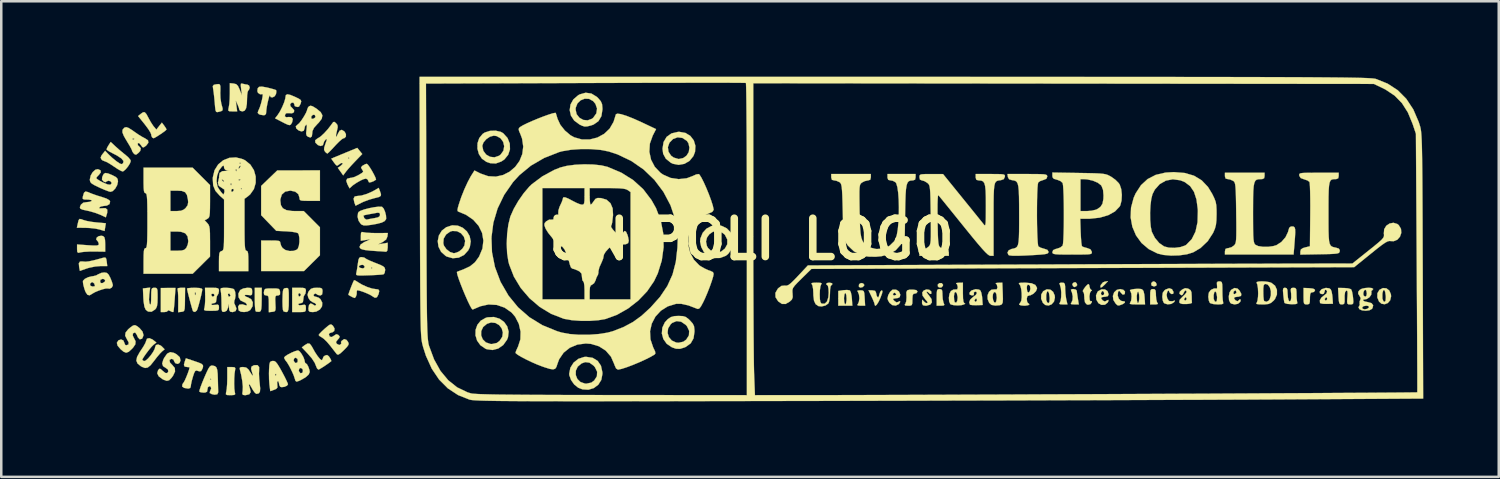
<source format=kicad_pcb>
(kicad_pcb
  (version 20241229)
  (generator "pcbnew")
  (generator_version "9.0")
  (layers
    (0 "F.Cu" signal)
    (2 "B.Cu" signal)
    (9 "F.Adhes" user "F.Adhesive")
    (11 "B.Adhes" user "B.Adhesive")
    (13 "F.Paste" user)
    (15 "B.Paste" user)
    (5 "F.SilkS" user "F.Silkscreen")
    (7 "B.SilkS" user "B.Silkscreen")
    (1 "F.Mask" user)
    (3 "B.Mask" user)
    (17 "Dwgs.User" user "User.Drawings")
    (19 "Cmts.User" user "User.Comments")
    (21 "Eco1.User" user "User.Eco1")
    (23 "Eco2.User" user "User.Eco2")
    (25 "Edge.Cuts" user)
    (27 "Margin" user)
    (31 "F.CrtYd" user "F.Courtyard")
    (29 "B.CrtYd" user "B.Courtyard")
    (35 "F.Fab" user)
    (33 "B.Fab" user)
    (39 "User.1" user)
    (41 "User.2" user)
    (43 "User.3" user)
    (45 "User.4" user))
  (footprint "UNIPOLI LOGO"
    (layer "F.Cu")
    (at 26.785 6.457)
    (property "Reference" "UNIPOLI LOGO" (at 0 0 0) (layer "F.SilkS") (effects (font (size 1.524 1.524) (thickness 0.3))))
    (attr through_hole)
    (fp_poly (pts (xy 7.644 1.808) (xy 7.639 1.852) (xy 7.572 1.921) (xy 7.483 1.916) (xy 7.439 1.875) (xy 7.436 1.799) (xy 7.499 1.745) (xy 7.59 1.744) (xy 7.644 1.808)) (stroke (width 0.01) (type solid)) (fill yes) (layer "F.SilkS"))
    (fp_poly (pts (xy 12.948 1.745) (xy 12.977 1.821) (xy 12.936 1.873) (xy 12.86 1.903) (xy 12.808 1.862) (xy 12.779 1.786) (xy 12.82 1.733) (xy 12.895 1.704) (xy 12.948 1.745)) (stroke (width 0.01) (type solid)) (fill yes) (layer "F.SilkS"))
    (fp_poly (pts (xy 14.075 1.799) (xy 13.966 1.901) (xy 13.905 1.923) (xy 13.898 1.866) (xy 13.914 1.816) (xy 13.997 1.716) (xy 14.077 1.684) (xy 14.199 1.667) (xy 14.075 1.799)) (stroke (width 0.01) (type solid)) (fill yes) (layer "F.SilkS"))
    (fp_poly (pts (xy 4.463 1.754) (xy 4.51 1.807) (xy 4.509 1.842) (xy 4.449 1.903) (xy 4.361 1.923) (xy 4.301 1.893) (xy 4.3 1.817) (xy 4.316 1.781) (xy 4.383 1.741) (xy 4.463 1.754)) (stroke (width 0.01) (type solid)) (fill yes) (layer "F.SilkS"))
    (fp_poly (pts (xy 16.096 1.714) (xy 16.133 1.791) (xy 16.117 1.849) (xy 16.03 1.879) (xy 15.941 1.847) (xy 15.926 1.829) (xy 15.919 1.743) (xy 15.984 1.683) (xy 16.025 1.676) (xy 16.096 1.714)) (stroke (width 0.01) (type solid)) (fill yes) (layer "F.SilkS"))
    (fp_poly (pts (xy -19.435 2.4) (xy -19.439 2.622) (xy -19.449 2.762) (xy -19.469 2.84) (xy -19.502 2.875) (xy -19.539 2.885) (xy -19.638 2.881) (xy -19.674 2.864) (xy -19.691 2.8) (xy -19.703 2.66) (xy -19.71 2.469) (xy -19.71 2.379) (xy -19.71 1.93) (xy -19.431 1.93) (xy -19.435 2.4)) (stroke (width 0.01) (type solid)) (fill yes) (layer "F.SilkS"))
    (fp_poly (pts (xy -22.893 2.403) (xy -22.909 2.61) (xy -22.926 2.775) (xy -22.94 2.876) (xy -22.946 2.894) (xy -22.999 2.889) (xy -23.066 2.855) (xy -23.144 2.824) (xy -23.165 2.844) (xy -23.209 2.882) (xy -23.305 2.896) (xy -23.444 2.896) (xy -23.444 1.938) (xy -23.153 1.937) (xy -22.861 1.936) (xy -22.893 2.403)) (stroke (width 0.01) (type solid)) (fill yes) (layer "F.SilkS"))
    (fp_poly (pts (xy -26.596 -0.793) (xy -26.519 -0.763) (xy -26.39 -0.726) (xy -26.201 -0.691) (xy -25.997 -0.667) (xy -25.629 -0.635) (xy -25.654 -0.48) (xy -25.679 -0.326) (xy -25.883 -0.388) (xy -26.043 -0.421) (xy -26.255 -0.445) (xy -26.433 -0.453) (xy -26.78 -0.457) (xy -26.744 -0.622) (xy -26.712 -0.755) (xy -26.672 -0.806) (xy -26.596 -0.793)) (stroke (width 0.01) (type solid)) (fill yes) (layer "F.SilkS"))
    (fp_poly (pts (xy 16.058 1.992) (xy 16.092 2.042) (xy 16.103 2.157) (xy 16.104 2.225) (xy 16.116 2.382) (xy 16.146 2.5) (xy 16.165 2.53) (xy 16.185 2.571) (xy 16.125 2.589) (xy 16.05 2.591) (xy 15.875 2.591) (xy 15.875 2.286) (xy 15.878 2.117) (xy 15.893 2.025) (xy 15.93 1.988) (xy 15.989 1.981) (xy 16.058 1.992)) (stroke (width 0.01) (type solid)) (fill yes) (layer "F.SilkS"))
    (fp_poly (pts (xy -22.479 1.931) (xy -22.484 2.4) (xy -22.487 2.62) (xy -22.495 2.759) (xy -22.514 2.836) (xy -22.548 2.871) (xy -22.605 2.884) (xy -22.622 2.886) (xy -22.754 2.902) (xy -22.751 2.471) (xy -22.753 2.268) (xy -22.762 2.101) (xy -22.776 2) (xy -22.781 1.985) (xy -22.765 1.945) (xy -22.656 1.931) (xy -22.647 1.93) (xy -22.479 1.931)) (stroke (width 0.01) (type solid)) (fill yes) (layer "F.SilkS"))
    (fp_poly (pts (xy 7.576 1.993) (xy 7.61 2.045) (xy 7.62 2.165) (xy 7.62 2.213) (xy 7.631 2.378) (xy 7.66 2.512) (xy 7.673 2.543) (xy 7.697 2.61) (xy 7.657 2.637) (xy 7.558 2.642) (xy 7.391 2.642) (xy 7.391 2.311) (xy 7.394 2.134) (xy 7.407 2.034) (xy 7.439 1.991) (xy 7.497 1.981) (xy 7.506 1.981) (xy 7.576 1.993)) (stroke (width 0.01) (type solid)) (fill yes) (layer "F.SilkS"))
    (fp_poly (pts (xy 12.923 2.003) (xy 12.957 2.045) (xy 12.967 2.13) (xy 12.988 2.273) (xy 13 2.349) (xy 13.039 2.591) (xy 12.86 2.591) (xy 12.746 2.584) (xy 12.72 2.557) (xy 12.741 2.53) (xy 12.789 2.422) (xy 12.798 2.269) (xy 12.766 2.116) (xy 12.749 2.079) (xy 12.724 2.007) (xy 12.773 1.983) (xy 12.825 1.981) (xy 12.923 2.003)) (stroke (width 0.01) (type solid)) (fill yes) (layer "F.SilkS"))
    (fp_poly (pts (xy -25.612 0.778) (xy -25.594 0.885) (xy -25.573 1.067) (xy -25.843 1.067) (xy -26.056 1.086) (xy -26.288 1.133) (xy -26.387 1.163) (xy -26.66 1.259) (xy -26.69 1.107) (xy -26.702 0.958) (xy -26.657 0.887) (xy -26.546 0.883) (xy -26.525 0.887) (xy -26.433 0.894) (xy -26.302 0.88) (xy -26.117 0.84) (xy -25.859 0.772) (xy -25.724 0.734) (xy -25.65 0.727) (xy -25.612 0.778)) (stroke (width 0.01) (type solid)) (fill yes) (layer "F.SilkS"))
    (fp_poly (pts (xy -14.733 -1.906) (xy -14.694 -1.791) (xy -14.701 -1.723) (xy -14.769 -1.679) (xy -14.917 -1.64) (xy -14.958 -1.631) (xy -15.17 -1.57) (xy -15.388 -1.488) (xy -15.469 -1.45) (xy -15.704 -1.331) (xy -15.753 -1.462) (xy -15.783 -1.612) (xy -15.739 -1.698) (xy -15.635 -1.718) (xy -15.475 -1.735) (xy -15.268 -1.796) (xy -15.051 -1.889) (xy -14.953 -1.942) (xy -14.784 -2.041) (xy -14.733 -1.906)) (stroke (width 0.01) (type solid)) (fill yes) (layer "F.SilkS"))
    (fp_poly (pts (xy 4.442 2.036) (xy 4.491 2.065) (xy 4.514 2.141) (xy 4.527 2.29) (xy 4.529 2.337) (xy 4.547 2.642) (xy 4.371 2.642) (xy 4.26 2.634) (xy 4.237 2.607) (xy 4.257 2.581) (xy 4.298 2.492) (xy 4.318 2.355) (xy 4.318 2.337) (xy 4.302 2.198) (xy 4.263 2.1) (xy 4.257 2.093) (xy 4.236 2.051) (xy 4.296 2.034) (xy 4.354 2.032) (xy 4.442 2.036)) (stroke (width 0.01) (type solid)) (fill yes) (layer "F.SilkS"))
    (fp_poly (pts (xy 22.2 1.946) (xy 22.353 1.964) (xy 22.421 2.004) (xy 22.428 2.032) (xy 22.386 2.094) (xy 22.327 2.109) (xy 22.264 2.123) (xy 22.234 2.183) (xy 22.225 2.313) (xy 22.225 2.35) (xy 22.22 2.496) (xy 22.197 2.567) (xy 22.141 2.589) (xy 22.098 2.591) (xy 22.029 2.585) (xy 21.991 2.552) (xy 21.975 2.469) (xy 21.971 2.312) (xy 21.971 2.264) (xy 21.971 1.936) (xy 22.2 1.946)) (stroke (width 0.01) (type solid)) (fill yes) (layer "F.SilkS"))
    (fp_poly (pts (xy -18.387 1.956) (xy -18.367 2.016) (xy -18.359 2.136) (xy -18.357 2.333) (xy -18.357 2.411) (xy -18.36 2.649) (xy -18.375 2.8) (xy -18.406 2.878) (xy -18.462 2.898) (xy -18.548 2.874) (xy -18.567 2.866) (xy -18.591 2.808) (xy -18.605 2.668) (xy -18.609 2.467) (xy -18.608 2.4) (xy -18.602 2.187) (xy -18.59 2.055) (xy -18.569 1.983) (xy -18.531 1.952) (xy -18.478 1.941) (xy -18.422 1.937) (xy -18.387 1.956)) (stroke (width 0.01) (type solid)) (fill yes) (layer "F.SilkS"))
    (fp_poly (pts (xy 12.446 1.736) (xy 12.484 1.78) (xy 12.497 1.885) (xy 12.498 1.968) (xy 12.509 2.164) (xy 12.534 2.355) (xy 12.543 2.4) (xy 12.588 2.591) (xy 12.405 2.591) (xy 12.29 2.584) (xy 12.263 2.558) (xy 12.283 2.53) (xy 12.32 2.441) (xy 12.339 2.289) (xy 12.342 2.112) (xy 12.326 1.945) (xy 12.292 1.827) (xy 12.292 1.825) (xy 12.267 1.753) (xy 12.316 1.729) (xy 12.368 1.727) (xy 12.446 1.736)) (stroke (width 0.01) (type solid)) (fill yes) (layer "F.SilkS"))
    (fp_poly (pts (xy -20.632 5.08) (xy -20.518 5.088) (xy -20.481 5.125) (xy -20.492 5.2) (xy -20.513 5.341) (xy -20.525 5.535) (xy -20.528 5.746) (xy -20.522 5.937) (xy -20.505 6.071) (xy -20.501 6.087) (xy -20.488 6.157) (xy -20.525 6.189) (xy -20.636 6.197) (xy -20.673 6.198) (xy -20.804 6.193) (xy -20.856 6.168) (xy -20.853 6.102) (xy -20.842 6.058) (xy -20.823 5.941) (xy -20.809 5.758) (xy -20.803 5.545) (xy -20.803 5.499) (xy -20.803 5.08) (xy -20.632 5.08)) (stroke (width 0.01) (type solid)) (fill yes) (layer "F.SilkS"))
    (fp_poly (pts (xy 6.584 2.023) (xy 6.629 2.079) (xy 6.629 2.083) (xy 6.587 2.145) (xy 6.528 2.159) (xy 6.466 2.174) (xy 6.435 2.234) (xy 6.426 2.364) (xy 6.426 2.401) (xy 6.423 2.546) (xy 6.4 2.617) (xy 6.338 2.64) (xy 6.255 2.642) (xy 6.145 2.635) (xy 6.119 2.608) (xy 6.146 2.567) (xy 6.182 2.466) (xy 6.192 2.308) (xy 6.19 2.262) (xy 6.185 2.113) (xy 6.217 2.035) (xy 6.309 2.006) (xy 6.452 2.004) (xy 6.584 2.023)) (stroke (width 0.01) (type solid)) (fill yes) (layer "F.SilkS"))
    (fp_poly (pts (xy -21.099 -6.149) (xy -21.077 -6.084) (xy -21.075 -5.952) (xy -21.08 -5.811) (xy -21.073 -5.607) (xy -21.043 -5.404) (xy -21.027 -5.341) (xy -20.988 -5.199) (xy -20.99 -5.125) (xy -21.044 -5.088) (xy -21.138 -5.063) (xy -21.205 -5.05) (xy -21.246 -5.066) (xy -21.271 -5.128) (xy -21.287 -5.257) (xy -21.301 -5.424) (xy -21.321 -5.637) (xy -21.343 -5.832) (xy -21.363 -5.968) (xy -21.365 -5.975) (xy -21.378 -6.086) (xy -21.338 -6.136) (xy -21.239 -6.157) (xy -21.15 -6.166) (xy -21.099 -6.149)) (stroke (width 0.01) (type solid)) (fill yes) (layer "F.SilkS"))
    (fp_poly (pts (xy 4.944 2.052) (xy 4.979 2.118) (xy 4.979 2.121) (xy 5.007 2.243) (xy 5.028 2.286) (xy 5.065 2.318) (xy 5.094 2.267) (xy 5.11 2.197) (xy 5.151 2.085) (xy 5.205 2.033) (xy 5.21 2.032) (xy 5.237 2.06) (xy 5.221 2.152) (xy 5.158 2.321) (xy 5.158 2.322) (xy 5.082 2.487) (xy 5.011 2.599) (xy 4.956 2.647) (xy 4.929 2.617) (xy 4.928 2.595) (xy 4.907 2.521) (xy 4.853 2.39) (xy 4.805 2.286) (xy 4.683 2.032) (xy 4.831 2.032) (xy 4.944 2.052)) (stroke (width 0.01) (type solid)) (fill yes) (layer "F.SilkS"))
    (fp_poly (pts (xy 3.93 2.032) (xy 3.945 2.041) (xy 3.981 2.115) (xy 4.01 2.254) (xy 4.021 2.365) (xy 4.039 2.642) (xy 3.759 2.642) (xy 3.48 2.642) (xy 3.48 2.362) (xy 3.708 2.362) (xy 3.718 2.499) (xy 3.744 2.58) (xy 3.759 2.591) (xy 3.789 2.545) (xy 3.808 2.431) (xy 3.81 2.362) (xy 3.8 2.226) (xy 3.774 2.144) (xy 3.759 2.134) (xy 3.729 2.179) (xy 3.711 2.294) (xy 3.708 2.362) (xy 3.48 2.362) (xy 3.48 2.057) (xy 3.683 2.026) (xy 3.826 2.016) (xy 3.93 2.032)) (stroke (width 0.01) (type solid)) (fill yes) (layer "F.SilkS"))
    (fp_poly (pts (xy 14.808 2.01) (xy 14.876 2.08) (xy 14.867 2.166) (xy 14.846 2.192) (xy 14.783 2.2) (xy 14.714 2.129) (xy 14.654 2.054) (xy 14.62 2.059) (xy 14.599 2.105) (xy 14.586 2.239) (xy 14.63 2.365) (xy 14.713 2.447) (xy 14.772 2.46) (xy 14.866 2.475) (xy 14.872 2.519) (xy 14.792 2.576) (xy 14.754 2.592) (xy 14.646 2.631) (xy 14.587 2.631) (xy 14.532 2.586) (xy 14.507 2.562) (xy 14.413 2.414) (xy 14.394 2.256) (xy 14.442 2.113) (xy 14.549 2.013) (xy 14.684 1.981) (xy 14.808 2.01)) (stroke (width 0.01) (type solid)) (fill yes) (layer "F.SilkS"))
    (fp_poly (pts (xy -25.737 -0.123) (xy -25.687 -0.077) (xy -25.661 0.026) (xy -25.654 0.202) (xy -25.654 0.495) (xy -26.073 0.489) (xy -26.289 0.491) (xy -26.481 0.501) (xy -26.614 0.517) (xy -26.632 0.522) (xy -26.725 0.54) (xy -26.764 0.507) (xy -26.772 0.399) (xy -26.772 0.384) (xy -26.772 0.208) (xy -26.34 0.239) (xy -26.128 0.251) (xy -25.999 0.251) (xy -25.932 0.236) (xy -25.909 0.203) (xy -25.908 0.188) (xy -25.936 0.099) (xy -25.959 0.076) (xy -26.013 0.007) (xy -25.99 -0.066) (xy -25.914 -0.121) (xy -25.805 -0.138) (xy -25.737 -0.123)) (stroke (width 0.01) (type solid)) (fill yes) (layer "F.SilkS"))
    (fp_poly (pts (xy 11.905 2.003) (xy 12.018 2.09) (xy 12.083 2.239) (xy 12.09 2.32) (xy 12.054 2.478) (xy 11.96 2.587) (xy 11.836 2.636) (xy 11.706 2.614) (xy 11.611 2.529) (xy 11.542 2.363) (xy 11.546 2.227) (xy 11.744 2.227) (xy 11.744 2.412) (xy 11.786 2.518) (xy 11.838 2.54) (xy 11.87 2.493) (xy 11.88 2.362) (xy 11.877 2.299) (xy 11.855 2.143) (xy 11.819 2.068) (xy 11.78 2.079) (xy 11.749 2.182) (xy 11.744 2.227) (xy 11.546 2.227) (xy 11.547 2.196) (xy 11.624 2.065) (xy 11.766 1.991) (xy 11.905 2.003)) (stroke (width 0.01) (type solid)) (fill yes) (layer "F.SilkS"))
    (fp_poly (pts (xy 25.265 1.952) (xy 25.378 2.039) (xy 25.443 2.188) (xy 25.451 2.269) (xy 25.414 2.427) (xy 25.32 2.536) (xy 25.196 2.585) (xy 25.067 2.563) (xy 24.971 2.478) (xy 24.902 2.312) (xy 24.907 2.177) (xy 25.104 2.177) (xy 25.105 2.361) (xy 25.146 2.467) (xy 25.198 2.489) (xy 25.231 2.442) (xy 25.24 2.311) (xy 25.238 2.248) (xy 25.215 2.092) (xy 25.179 2.017) (xy 25.14 2.028) (xy 25.11 2.131) (xy 25.104 2.177) (xy 24.907 2.177) (xy 24.908 2.145) (xy 24.985 2.014) (xy 25.126 1.94) (xy 25.265 1.952)) (stroke (width 0.01) (type solid)) (fill yes) (layer "F.SilkS"))
    (fp_poly (pts (xy 13.455 1.821) (xy 13.462 1.875) (xy 13.491 1.971) (xy 13.525 2.002) (xy 13.563 2.036) (xy 13.525 2.062) (xy 13.485 2.127) (xy 13.463 2.254) (xy 13.462 2.293) (xy 13.473 2.42) (xy 13.502 2.467) (xy 13.513 2.464) (xy 13.558 2.458) (xy 13.556 2.506) (xy 13.51 2.571) (xy 13.5 2.581) (xy 13.399 2.605) (xy 13.347 2.584) (xy 13.285 2.509) (xy 13.26 2.364) (xy 13.259 2.309) (xy 13.248 2.17) (xy 13.219 2.091) (xy 13.204 2.083) (xy 13.199 2.051) (xy 13.24 1.974) (xy 13.307 1.883) (xy 13.377 1.809) (xy 13.424 1.781) (xy 13.455 1.821)) (stroke (width 0.01) (type solid)) (fill yes) (layer "F.SilkS"))
    (fp_poly (pts (xy -24.081 -5.045) (xy -24.017 -4.974) (xy -23.934 -4.821) (xy -23.93 -4.813) (xy -23.842 -4.653) (xy -23.749 -4.511) (xy -23.722 -4.477) (xy -23.621 -4.356) (xy -23.512 -4.495) (xy -23.402 -4.634) (xy -23.31 -4.514) (xy -23.244 -4.418) (xy -23.217 -4.361) (xy -23.255 -4.321) (xy -23.351 -4.248) (xy -23.476 -4.162) (xy -23.601 -4.081) (xy -23.698 -4.026) (xy -23.732 -4.013) (xy -23.787 -4.043) (xy -23.791 -4.047) (xy -23.822 -4.123) (xy -23.825 -4.164) (xy -23.856 -4.24) (xy -23.936 -4.37) (xy -24.052 -4.527) (xy -24.086 -4.571) (xy -24.347 -4.895) (xy -24.233 -4.987) (xy -24.147 -5.046) (xy -24.081 -5.045)) (stroke (width 0.01) (type solid)) (fill yes) (layer "F.SilkS"))
    (fp_poly (pts (xy 16.742 1.985) (xy 16.805 2.099) (xy 16.806 2.101) (xy 16.79 2.169) (xy 16.729 2.18) (xy 16.662 2.136) (xy 16.639 2.095) (xy 16.607 2.034) (xy 16.573 2.064) (xy 16.556 2.094) (xy 16.529 2.214) (xy 16.553 2.346) (xy 16.614 2.442) (xy 16.642 2.459) (xy 16.749 2.466) (xy 16.802 2.453) (xy 16.861 2.437) (xy 16.844 2.476) (xy 16.821 2.505) (xy 16.712 2.572) (xy 16.567 2.588) (xy 16.44 2.548) (xy 16.419 2.53) (xy 16.378 2.442) (xy 16.358 2.303) (xy 16.358 2.277) (xy 16.376 2.127) (xy 16.447 2.03) (xy 16.49 1.999) (xy 16.629 1.949) (xy 16.742 1.985)) (stroke (width 0.01) (type solid)) (fill yes) (layer "F.SilkS"))
    (fp_poly (pts (xy -23.903 2.201) (xy -23.914 2.403) (xy -23.895 2.546) (xy -23.883 2.573) (xy -23.854 2.601) (xy -23.837 2.558) (xy -23.829 2.433) (xy -23.827 2.299) (xy -23.824 2.109) (xy -23.814 1.999) (xy -23.787 1.947) (xy -23.737 1.931) (xy -23.698 1.93) (xy -23.634 1.935) (xy -23.596 1.964) (xy -23.577 2.037) (xy -23.572 2.178) (xy -23.571 2.311) (xy -23.576 2.521) (xy -23.595 2.657) (xy -23.633 2.747) (xy -23.673 2.794) (xy -23.813 2.883) (xy -23.95 2.875) (xy -24.041 2.807) (xy -24.095 2.686) (xy -24.129 2.47) (xy -24.138 2.337) (xy -24.155 1.956) (xy -24.012 1.939) (xy -23.868 1.923) (xy -23.903 2.201)) (stroke (width 0.01) (type solid)) (fill yes) (layer "F.SilkS"))
    (fp_poly (pts (xy -21.909 1.939) (xy -21.812 1.966) (xy -21.795 1.994) (xy -21.81 2.09) (xy -21.844 2.247) (xy -21.89 2.431) (xy -21.938 2.611) (xy -21.982 2.756) (xy -22.012 2.832) (xy -22.087 2.892) (xy -22.159 2.868) (xy -22.167 2.856) (xy -22.189 2.794) (xy -22.227 2.662) (xy -22.275 2.488) (xy -22.323 2.302) (xy -22.36 2.155) (xy -22.094 2.155) (xy -22.085 2.221) (xy -22.067 2.221) (xy -22.055 2.153) (xy -22.063 2.124) (xy -22.086 2.105) (xy -22.094 2.155) (xy -22.36 2.155) (xy -22.366 2.133) (xy -22.395 2.008) (xy -22.403 1.96) (xy -22.357 1.944) (xy -22.237 1.934) (xy -22.098 1.93) (xy -21.909 1.939)) (stroke (width 0.01) (type solid)) (fill yes) (layer "F.SilkS"))
    (fp_poly (pts (xy 7.099 2.01) (xy 7.174 2.077) (xy 7.18 2.093) (xy 7.175 2.172) (xy 7.124 2.175) (xy 7.087 2.134) (xy 7.014 2.085) (xy 6.998 2.083) (xy 6.992 2.114) (xy 7.047 2.192) (xy 7.077 2.225) (xy 7.185 2.378) (xy 7.202 2.508) (xy 7.134 2.599) (xy 6.984 2.641) (xy 6.949 2.642) (xy 6.846 2.626) (xy 6.811 2.56) (xy 6.809 2.502) (xy 6.815 2.412) (xy 6.838 2.413) (xy 6.862 2.451) (xy 6.942 2.525) (xy 6.997 2.54) (xy 7.036 2.524) (xy 7.006 2.467) (xy 6.944 2.398) (xy 6.832 2.245) (xy 6.817 2.121) (xy 6.873 2.041) (xy 6.984 1.996) (xy 7.099 2.01)) (stroke (width 0.01) (type solid)) (fill yes) (layer "F.SilkS"))
    (fp_poly (pts (xy -17.522 4.155) (xy -17.444 4.259) (xy -17.424 4.296) (xy -17.319 4.485) (xy -17.212 4.646) (xy -17.118 4.76) (xy -17.053 4.807) (xy -17.043 4.806) (xy -17.003 4.749) (xy -17.005 4.732) (xy -16.976 4.667) (xy -16.918 4.623) (xy -16.836 4.601) (xy -16.768 4.651) (xy -16.733 4.7) (xy -16.68 4.795) (xy -16.668 4.845) (xy -16.668 4.846) (xy -16.767 4.922) (xy -16.898 5.013) (xy -17.03 5.099) (xy -17.134 5.162) (xy -17.18 5.182) (xy -17.231 5.14) (xy -17.253 5.093) (xy -17.328 4.91) (xy -17.441 4.736) (xy -17.614 4.537) (xy -17.616 4.535) (xy -17.839 4.299) (xy -17.72 4.208) (xy -17.606 4.141) (xy -17.522 4.155)) (stroke (width 0.01) (type solid)) (fill yes) (layer "F.SilkS"))
    (fp_poly (pts (xy -15.537 -3.508) (xy -15.438 -3.386) (xy -15.712 -3.103) (xy -15.861 -2.945) (xy -15.995 -2.795) (xy -16.087 -2.684) (xy -16.091 -2.678) (xy -16.196 -2.537) (xy -16.303 -2.688) (xy -16.41 -2.838) (xy -16.298 -2.916) (xy -16.227 -2.984) (xy -16.221 -3.03) (xy -16.279 -3.026) (xy -16.352 -2.977) (xy -16.419 -2.926) (xy -16.471 -2.936) (xy -16.539 -3.018) (xy -16.559 -3.045) (xy -16.67 -3.201) (xy -16.611 -3.226) (xy -16.002 -3.226) (xy -15.977 -3.2) (xy -15.951 -3.226) (xy -15.977 -3.251) (xy -16.002 -3.226) (xy -16.611 -3.226) (xy -16.45 -3.294) (xy -16.277 -3.366) (xy -16.067 -3.453) (xy -15.933 -3.508) (xy -15.636 -3.63) (xy -15.537 -3.508)) (stroke (width 0.01) (type solid)) (fill yes) (layer "F.SilkS"))
    (fp_poly (pts (xy -18.855 1.958) (xy -18.762 1.974) (xy -18.721 2.013) (xy -18.705 2.086) (xy -18.704 2.095) (xy -18.707 2.198) (xy -18.762 2.233) (xy -18.797 2.235) (xy -18.857 2.243) (xy -18.888 2.281) (xy -18.896 2.374) (xy -18.89 2.543) (xy -18.89 2.553) (xy -18.882 2.726) (xy -18.89 2.822) (xy -18.922 2.867) (xy -18.987 2.883) (xy -19.012 2.886) (xy -19.152 2.902) (xy -19.152 2.569) (xy -19.155 2.389) (xy -19.168 2.289) (xy -19.199 2.245) (xy -19.255 2.235) (xy -19.257 2.235) (xy -19.332 2.215) (xy -19.349 2.137) (xy -19.345 2.095) (xy -19.331 2.018) (xy -19.293 1.976) (xy -19.206 1.959) (xy -19.045 1.956) (xy -19.025 1.956) (xy -18.855 1.958)) (stroke (width 0.01) (type solid)) (fill yes) (layer "F.SilkS"))
    (fp_poly (pts (xy 23.582 1.938) (xy 23.734 1.951) (xy 23.842 1.981) (xy 23.867 1.999) (xy 23.898 2.08) (xy 23.926 2.224) (xy 23.938 2.324) (xy 23.95 2.479) (xy 23.94 2.558) (xy 23.899 2.587) (xy 23.826 2.591) (xy 23.749 2.586) (xy 23.711 2.555) (xy 23.702 2.474) (xy 23.712 2.318) (xy 23.714 2.305) (xy 23.722 2.141) (xy 23.712 2.059) (xy 23.679 2.04) (xy 23.667 2.043) (xy 23.621 2.103) (xy 23.603 2.245) (xy 23.604 2.329) (xy 23.604 2.483) (xy 23.586 2.561) (xy 23.54 2.588) (xy 23.494 2.591) (xy 23.43 2.583) (xy 23.393 2.542) (xy 23.373 2.448) (xy 23.36 2.276) (xy 23.36 2.263) (xy 23.343 1.936) (xy 23.582 1.938)) (stroke (width 0.01) (type solid)) (fill yes) (layer "F.SilkS"))
    (fp_poly (pts (xy -15.385 -0.277) (xy -15.382 -0.276) (xy -15.281 -0.26) (xy -15.11 -0.249) (xy -14.902 -0.244) (xy -14.846 -0.244) (xy -14.421 -0.247) (xy -14.437 -0.111) (xy -14.489 0.012) (xy -14.623 0.11) (xy -14.63 0.114) (xy -14.808 0.203) (xy -14.427 0.141) (xy -14.427 0.325) (xy -14.443 0.456) (xy -14.488 0.499) (xy -14.491 0.499) (xy -14.574 0.491) (xy -14.721 0.48) (xy -14.834 0.474) (xy -15.124 0.454) (xy -15.327 0.43) (xy -15.455 0.4) (xy -15.523 0.359) (xy -15.545 0.305) (xy -15.545 0.3) (xy -15.501 0.208) (xy -15.364 0.117) (xy -15.329 0.101) (xy -15.113 0.002) (xy -15.494 0.062) (xy -15.494 -0.125) (xy -15.488 -0.246) (xy -15.457 -0.289) (xy -15.385 -0.277)) (stroke (width 0.01) (type solid)) (fill yes) (layer "F.SilkS"))
    (fp_poly (pts (xy 19.349 1.962) (xy 19.428 2.043) (xy 19.499 2.176) (xy 19.485 2.254) (xy 19.384 2.285) (xy 19.355 2.286) (xy 19.234 2.304) (xy 19.208 2.356) (xy 19.274 2.435) (xy 19.35 2.465) (xy 19.379 2.441) (xy 19.44 2.385) (xy 19.476 2.41) (xy 19.456 2.489) (xy 19.365 2.566) (xy 19.231 2.591) (xy 19.101 2.56) (xy 19.06 2.53) (xy 19.009 2.419) (xy 19.001 2.264) (xy 19.033 2.111) (xy 19.035 2.108) (xy 19.184 2.108) (xy 19.192 2.174) (xy 19.229 2.184) (xy 19.295 2.144) (xy 19.304 2.108) (xy 19.279 2.041) (xy 19.259 2.032) (xy 19.203 2.072) (xy 19.184 2.108) (xy 19.035 2.108) (xy 19.092 2.014) (xy 19.227 1.938) (xy 19.349 1.962)) (stroke (width 0.01) (type solid)) (fill yes) (layer "F.SilkS"))
    (fp_poly (pts (xy -22.133 4.837) (xy -21.935 4.905) (xy -21.819 4.958) (xy -21.768 5.01) (xy -21.766 5.076) (xy -21.79 5.147) (xy -21.84 5.24) (xy -21.909 5.253) (xy -21.962 5.236) (xy -22.033 5.217) (xy -22.081 5.242) (xy -22.124 5.33) (xy -22.166 5.457) (xy -22.214 5.628) (xy -22.245 5.775) (xy -22.25 5.834) (xy -22.274 5.913) (xy -22.356 5.937) (xy -22.512 5.91) (xy -22.517 5.909) (xy -22.596 5.854) (xy -22.584 5.761) (xy -22.537 5.694) (xy -22.491 5.615) (xy -22.431 5.478) (xy -22.369 5.322) (xy -22.321 5.182) (xy -22.301 5.097) (xy -22.301 5.096) (xy -22.344 5.083) (xy -22.394 5.08) (xy -22.497 5.061) (xy -22.525 4.993) (xy -22.497 4.877) (xy -22.447 4.733) (xy -22.133 4.837)) (stroke (width 0.01) (type solid)) (fill yes) (layer "F.SilkS"))
    (fp_poly (pts (xy -15.21 -2.957) (xy -15.137 -2.855) (xy -15.053 -2.719) (xy -14.974 -2.575) (xy -14.914 -2.451) (xy -14.891 -2.375) (xy -14.894 -2.364) (xy -14.985 -2.307) (xy -15.088 -2.267) (xy -15.162 -2.257) (xy -15.175 -2.266) (xy -15.225 -2.373) (xy -15.293 -2.41) (xy -15.403 -2.381) (xy -15.5 -2.336) (xy -15.659 -2.246) (xy -15.795 -2.154) (xy -15.833 -2.123) (xy -15.943 -2.022) (xy -16.028 -2.186) (xy -16.075 -2.324) (xy -16.038 -2.405) (xy -15.914 -2.437) (xy -15.885 -2.438) (xy -15.758 -2.469) (xy -15.584 -2.552) (xy -15.446 -2.636) (xy -15.4 -2.686) (xy -15.43 -2.752) (xy -15.445 -2.77) (xy -15.487 -2.844) (xy -15.449 -2.904) (xy -15.419 -2.926) (xy -15.316 -2.983) (xy -15.256 -2.997) (xy -15.21 -2.957)) (stroke (width 0.01) (type solid)) (fill yes) (layer "F.SilkS"))
    (fp_poly (pts (xy 14.077 1.994) (xy 14.18 2.062) (xy 14.224 2.187) (xy 14.224 2.195) (xy 14.194 2.263) (xy 14.092 2.286) (xy 14.072 2.286) (xy 13.951 2.304) (xy 13.926 2.356) (xy 13.995 2.438) (xy 14.077 2.476) (xy 14.148 2.438) (xy 14.21 2.409) (xy 14.219 2.452) (xy 14.185 2.52) (xy 14.078 2.603) (xy 13.941 2.61) (xy 13.82 2.543) (xy 13.736 2.4) (xy 13.723 2.237) (xy 13.754 2.162) (xy 13.919 2.162) (xy 13.951 2.23) (xy 14.021 2.216) (xy 14.034 2.205) (xy 14.049 2.142) (xy 14.019 2.077) (xy 13.97 2.058) (xy 13.965 2.061) (xy 13.923 2.131) (xy 13.919 2.162) (xy 13.754 2.162) (xy 13.782 2.094) (xy 13.809 2.065) (xy 13.943 1.992) (xy 14.077 1.994)) (stroke (width 0.01) (type solid)) (fill yes) (layer "F.SilkS"))
    (fp_poly (pts (xy 15.504 1.978) (xy 15.553 1.991) (xy 15.61 2.057) (xy 15.644 2.2) (xy 15.654 2.311) (xy 15.672 2.591) (xy 15.344 2.591) (xy 15.168 2.587) (xy 15.079 2.573) (xy 15.065 2.545) (xy 15.077 2.53) (xy 15.12 2.436) (xy 15.135 2.311) (xy 15.342 2.311) (xy 15.352 2.448) (xy 15.377 2.53) (xy 15.392 2.54) (xy 15.423 2.495) (xy 15.441 2.38) (xy 15.443 2.311) (xy 15.433 2.175) (xy 15.408 2.093) (xy 15.392 2.083) (xy 15.362 2.128) (xy 15.344 2.243) (xy 15.342 2.311) (xy 15.135 2.311) (xy 15.137 2.297) (xy 15.126 2.158) (xy 15.089 2.061) (xy 15.075 2.048) (xy 15.075 2.019) (xy 15.148 1.994) (xy 15.263 1.977) (xy 15.392 1.97) (xy 15.504 1.978)) (stroke (width 0.01) (type solid)) (fill yes) (layer "F.SilkS"))
    (fp_poly (pts (xy -17.793 1.934) (xy -17.712 1.952) (xy -17.682 1.997) (xy -17.678 2.054) (xy -17.697 2.162) (xy -17.729 2.21) (xy -17.766 2.278) (xy -17.78 2.391) (xy -17.797 2.501) (xy -17.858 2.539) (xy -17.882 2.54) (xy -17.964 2.563) (xy -17.983 2.595) (xy -17.94 2.627) (xy -17.831 2.616) (xy -17.725 2.602) (xy -17.684 2.64) (xy -17.678 2.739) (xy -17.683 2.829) (xy -17.714 2.876) (xy -17.796 2.893) (xy -17.951 2.896) (xy -18.223 2.896) (xy -18.223 2.21) (xy -17.983 2.21) (xy -17.957 2.273) (xy -17.929 2.276) (xy -17.876 2.224) (xy -17.874 2.21) (xy -17.914 2.15) (xy -17.929 2.143) (xy -17.975 2.168) (xy -17.983 2.21) (xy -18.223 2.21) (xy -18.223 1.93) (xy -17.951 1.93) (xy -17.793 1.934)) (stroke (width 0.01) (type solid)) (fill yes) (layer "F.SilkS"))
    (fp_poly (pts (xy -15.716 1.641) (xy -15.622 1.698) (xy -15.608 1.709) (xy -15.439 1.809) (xy -15.239 1.899) (xy -15.046 1.961) (xy -14.917 1.981) (xy -14.8 1.996) (xy -14.762 2.056) (xy -14.789 2.181) (xy -14.792 2.189) (xy -14.855 2.307) (xy -14.935 2.328) (xy -15.033 2.268) (xy -15.121 2.212) (xy -15.257 2.149) (xy -15.408 2.089) (xy -15.543 2.045) (xy -15.631 2.029) (xy -15.646 2.033) (xy -15.659 2.096) (xy -15.657 2.101) (xy -15.659 2.182) (xy -15.688 2.276) (xy -15.729 2.333) (xy -15.739 2.335) (xy -15.806 2.312) (xy -15.875 2.277) (xy -15.96 2.229) (xy -15.99 2.21) (xy -15.979 2.164) (xy -15.941 2.055) (xy -15.887 1.915) (xy -15.832 1.776) (xy -15.785 1.67) (xy -15.764 1.629) (xy -15.716 1.641)) (stroke (width 0.01) (type solid)) (fill yes) (layer "F.SilkS"))
    (fp_poly (pts (xy 21.642 1.94) (xy 21.679 1.984) (xy 21.691 2.091) (xy 21.692 2.18) (xy 21.697 2.343) (xy 21.712 2.471) (xy 21.721 2.508) (xy 21.721 2.554) (xy 21.663 2.577) (xy 21.526 2.583) (xy 21.489 2.583) (xy 21.329 2.571) (xy 21.229 2.542) (xy 21.21 2.522) (xy 21.195 2.441) (xy 21.176 2.297) (xy 21.165 2.197) (xy 21.153 2.041) (xy 21.162 1.962) (xy 21.2 1.933) (xy 21.237 1.93) (xy 21.3 1.947) (xy 21.33 2.015) (xy 21.337 2.146) (xy 21.349 2.311) (xy 21.378 2.426) (xy 21.417 2.474) (xy 21.458 2.441) (xy 21.467 2.422) (xy 21.483 2.314) (xy 21.478 2.163) (xy 21.474 2.131) (xy 21.462 2.002) (xy 21.483 1.945) (xy 21.549 1.931) (xy 21.569 1.93) (xy 21.642 1.94)) (stroke (width 0.01) (type solid)) (fill yes) (layer "F.SilkS"))
    (fp_poly (pts (xy 22.995 1.952) (xy 23.052 1.994) (xy 23.086 2.079) (xy 23.113 2.225) (xy 23.122 2.311) (xy 23.139 2.564) (xy 22.897 2.571) (xy 22.749 2.567) (xy 22.649 2.547) (xy 22.627 2.533) (xy 22.618 2.433) (xy 22.641 2.391) (xy 22.809 2.391) (xy 22.848 2.437) (xy 22.86 2.438) (xy 22.905 2.397) (xy 22.911 2.359) (xy 22.886 2.307) (xy 22.86 2.311) (xy 22.811 2.376) (xy 22.809 2.391) (xy 22.641 2.391) (xy 22.68 2.32) (xy 22.785 2.235) (xy 22.886 2.151) (xy 22.907 2.063) (xy 22.86 2.007) (xy 22.82 2.022) (xy 22.809 2.08) (xy 22.775 2.167) (xy 22.708 2.184) (xy 22.625 2.153) (xy 22.613 2.082) (xy 22.673 2.003) (xy 22.704 1.983) (xy 22.86 1.934) (xy 22.995 1.952)) (stroke (width 0.01) (type solid)) (fill yes) (layer "F.SilkS"))
    (fp_poly (pts (xy -19.875 1.938) (xy -19.823 1.977) (xy -19.812 2.074) (xy -19.812 2.089) (xy -19.82 2.197) (xy -19.866 2.23) (xy -19.964 2.217) (xy -20.081 2.211) (xy -20.114 2.241) (xy -20.056 2.286) (xy -19.991 2.306) (xy -19.853 2.384) (xy -19.787 2.511) (xy -19.797 2.663) (xy -19.888 2.812) (xy -19.895 2.819) (xy -19.996 2.873) (xy -20.132 2.894) (xy -20.261 2.882) (xy -20.344 2.836) (xy -20.351 2.822) (xy -20.374 2.681) (xy -20.321 2.6) (xy -20.201 2.588) (xy -20.097 2.619) (xy -20.027 2.633) (xy -20.025 2.586) (xy -20.09 2.518) (xy -20.146 2.498) (xy -20.278 2.431) (xy -20.353 2.309) (xy -20.362 2.164) (xy -20.295 2.031) (xy -20.278 2.014) (xy -20.165 1.957) (xy -20.014 1.931) (xy -19.998 1.93) (xy -19.875 1.938)) (stroke (width 0.01) (type solid)) (fill yes) (layer "F.SilkS"))
    (fp_poly (pts (xy -2.59 -4.223) (xy -2.397 -4.103) (xy -2.262 -3.926) (xy -2.197 -3.71) (xy -2.212 -3.475) (xy -2.277 -3.305) (xy -2.43 -3.115) (xy -2.634 -2.996) (xy -2.863 -2.955) (xy -3.093 -2.999) (xy -3.182 -3.044) (xy -3.375 -3.202) (xy -3.479 -3.394) (xy -3.505 -3.598) (xy -3.495 -3.658) (xy -3.292 -3.658) (xy -3.267 -3.477) (xy -3.165 -3.32) (xy -3.058 -3.244) (xy -2.862 -3.186) (xy -2.682 -3.226) (xy -2.553 -3.318) (xy -2.462 -3.461) (xy -2.436 -3.641) (xy -2.475 -3.816) (xy -2.539 -3.91) (xy -2.716 -4.026) (xy -2.906 -4.05) (xy -3.087 -3.982) (xy -3.231 -3.834) (xy -3.292 -3.658) (xy -3.495 -3.658) (xy -3.463 -3.862) (xy -3.341 -4.068) (xy -3.149 -4.205) (xy -2.894 -4.265) (xy -2.831 -4.267) (xy -2.59 -4.223)) (stroke (width 0.01) (type solid)) (fill yes) (layer "F.SilkS"))
    (fp_poly (pts (xy 10.017 2.16) (xy 10.023 2.378) (xy 10.015 2.514) (xy 9.979 2.589) (xy 9.902 2.622) (xy 9.774 2.633) (xy 9.719 2.636) (xy 9.567 2.61) (xy 9.477 2.529) (xy 9.415 2.378) (xy 9.415 2.294) (xy 9.615 2.294) (xy 9.633 2.414) (xy 9.673 2.503) (xy 9.722 2.525) (xy 9.758 2.467) (xy 9.778 2.347) (xy 9.779 2.311) (xy 9.762 2.176) (xy 9.721 2.102) (xy 9.67 2.103) (xy 9.629 2.177) (xy 9.615 2.294) (xy 9.415 2.294) (xy 9.415 2.223) (xy 9.47 2.091) (xy 9.568 2.007) (xy 9.684 1.995) (xy 9.775 1.995) (xy 9.804 1.929) (xy 9.804 1.902) (xy 9.78 1.801) (xy 9.741 1.761) (xy 9.74 1.743) (xy 9.82 1.732) (xy 9.839 1.731) (xy 10 1.727) (xy 10.017 2.16)) (stroke (width 0.01) (type solid)) (fill yes) (layer "F.SilkS"))
    (fp_poly (pts (xy -19.238 -6.032) (xy -19.206 -6.025) (xy -19.038 -5.982) (xy -18.913 -5.946) (xy -18.861 -5.924) (xy -18.852 -5.86) (xy -18.867 -5.768) (xy -18.919 -5.682) (xy -19 -5.638) (xy -19.074 -5.644) (xy -19.105 -5.702) (xy -19.118 -5.714) (xy -19.143 -5.65) (xy -19.174 -5.535) (xy -19.207 -5.394) (xy -19.234 -5.251) (xy -19.25 -5.132) (xy -19.252 -5.093) (xy -19.265 -4.977) (xy -19.315 -4.933) (xy -19.367 -4.928) (xy -19.491 -4.948) (xy -19.551 -4.973) (xy -19.593 -5.022) (xy -19.572 -5.102) (xy -19.554 -5.137) (xy -19.509 -5.244) (xy -19.463 -5.386) (xy -19.424 -5.537) (xy -19.399 -5.668) (xy -19.392 -5.751) (xy -19.406 -5.766) (xy -19.496 -5.759) (xy -19.58 -5.814) (xy -19.608 -5.886) (xy -19.593 -5.998) (xy -19.538 -6.056) (xy -19.426 -6.065) (xy -19.238 -6.032)) (stroke (width 0.01) (type solid)) (fill yes) (layer "F.SilkS"))
    (fp_poly (pts (xy 5.78 2.006) (xy 5.891 2.077) (xy 5.943 2.195) (xy 5.944 2.208) (xy 5.924 2.297) (xy 5.848 2.337) (xy 5.782 2.346) (xy 5.675 2.361) (xy 5.655 2.39) (xy 5.71 2.452) (xy 5.711 2.453) (xy 5.795 2.512) (xy 5.868 2.489) (xy 5.873 2.485) (xy 5.931 2.458) (xy 5.94 2.494) (xy 5.897 2.565) (xy 5.883 2.581) (xy 5.763 2.638) (xy 5.626 2.618) (xy 5.515 2.529) (xy 5.455 2.422) (xy 5.436 2.353) (xy 5.466 2.223) (xy 5.49 2.181) (xy 5.649 2.181) (xy 5.673 2.227) (xy 5.715 2.235) (xy 5.778 2.209) (xy 5.781 2.181) (xy 5.729 2.128) (xy 5.715 2.126) (xy 5.655 2.166) (xy 5.649 2.181) (xy 5.49 2.181) (xy 5.54 2.094) (xy 5.629 2.011) (xy 5.645 2.005) (xy 5.78 2.006)) (stroke (width 0.01) (type solid)) (fill yes) (layer "F.SilkS"))
    (fp_poly (pts (xy 9.076 2.003) (xy 9.133 2.045) (xy 9.166 2.13) (xy 9.194 2.276) (xy 9.202 2.362) (xy 9.22 2.615) (xy 8.981 2.622) (xy 8.834 2.621) (xy 8.735 2.609) (xy 8.714 2.601) (xy 8.683 2.508) (xy 8.709 2.441) (xy 8.89 2.441) (xy 8.929 2.488) (xy 8.941 2.489) (xy 8.985 2.448) (xy 8.992 2.41) (xy 8.967 2.357) (xy 8.941 2.362) (xy 8.892 2.427) (xy 8.89 2.441) (xy 8.709 2.441) (xy 8.727 2.397) (xy 8.832 2.301) (xy 8.839 2.296) (xy 8.946 2.215) (xy 8.99 2.139) (xy 8.963 2.091) (xy 8.917 2.083) (xy 8.866 2.116) (xy 8.872 2.159) (xy 8.864 2.221) (xy 8.794 2.235) (xy 8.707 2.204) (xy 8.693 2.133) (xy 8.753 2.054) (xy 8.785 2.034) (xy 8.94 1.985) (xy 9.076 2.003)) (stroke (width 0.01) (type solid)) (fill yes) (layer "F.SilkS"))
    (fp_poly (pts (xy -9.983 3.158) (xy -9.802 3.287) (xy -9.677 3.464) (xy -9.62 3.673) (xy -9.646 3.898) (xy -9.685 3.995) (xy -9.836 4.206) (xy -10.035 4.345) (xy -10.259 4.403) (xy -10.489 4.372) (xy -10.541 4.351) (xy -10.743 4.213) (xy -10.875 4.029) (xy -10.937 3.821) (xy -10.713 3.821) (xy -10.649 3.979) (xy -10.526 4.1) (xy -10.346 4.162) (xy -10.287 4.166) (xy -10.093 4.124) (xy -9.98 4.041) (xy -9.873 3.877) (xy -9.85 3.705) (xy -9.897 3.543) (xy -10 3.411) (xy -10.146 3.327) (xy -10.32 3.309) (xy -10.481 3.361) (xy -10.634 3.489) (xy -10.709 3.65) (xy -10.713 3.821) (xy -10.937 3.821) (xy -10.938 3.819) (xy -10.934 3.603) (xy -10.863 3.402) (xy -10.728 3.236) (xy -10.529 3.124) (xy -10.457 3.104) (xy -10.206 3.091) (xy -9.983 3.158)) (stroke (width 0.01) (type solid)) (fill yes) (layer "F.SilkS"))
    (fp_poly (pts (xy -6.279 4.715) (xy -6.082 4.836) (xy -5.951 5.029) (xy -5.895 5.287) (xy -5.893 5.35) (xy -5.937 5.59) (xy -6.057 5.782) (xy -6.235 5.916) (xy -6.45 5.981) (xy -6.685 5.967) (xy -6.855 5.902) (xy -7.014 5.774) (xy -7.14 5.595) (xy -7.208 5.406) (xy -7.209 5.396) (xy -6.953 5.396) (xy -6.89 5.554) (xy -6.766 5.675) (xy -6.587 5.737) (xy -6.528 5.74) (xy -6.334 5.699) (xy -6.221 5.616) (xy -6.113 5.448) (xy -6.103 5.267) (xy -6.19 5.087) (xy -6.244 5.025) (xy -6.409 4.906) (xy -6.575 4.884) (xy -6.722 4.936) (xy -6.875 5.064) (xy -6.95 5.225) (xy -6.953 5.396) (xy -7.209 5.396) (xy -7.214 5.346) (xy -7.167 5.108) (xy -7.039 4.905) (xy -6.85 4.755) (xy -6.62 4.679) (xy -6.538 4.674) (xy -6.279 4.715)) (stroke (width 0.01) (type solid)) (fill yes) (layer "F.SilkS"))
    (fp_poly (pts (xy -24.38 3.459) (xy -24.286 3.535) (xy -24.17 3.673) (xy -24.131 3.814) (xy -24.176 3.934) (xy -24.199 3.957) (xy -24.28 3.979) (xy -24.354 3.902) (xy -24.4 3.797) (xy -24.45 3.722) (xy -24.481 3.708) (xy -24.553 3.744) (xy -24.558 3.834) (xy -24.514 3.923) (xy -24.447 4.056) (xy -24.456 4.176) (xy -24.547 4.31) (xy -24.593 4.359) (xy -24.723 4.476) (xy -24.824 4.511) (xy -24.93 4.466) (xy -25.039 4.374) (xy -25.161 4.232) (xy -25.191 4.117) (xy -25.13 4.021) (xy -25.127 4.019) (xy -25.024 3.984) (xy -24.932 4.024) (xy -24.892 4.12) (xy -24.86 4.2) (xy -24.819 4.216) (xy -24.73 4.186) (xy -24.722 4.101) (xy -24.793 3.97) (xy -24.861 3.835) (xy -24.845 3.712) (xy -24.742 3.582) (xy -24.657 3.509) (xy -24.548 3.431) (xy -24.469 3.414) (xy -24.38 3.459)) (stroke (width 0.01) (type solid)) (fill yes) (layer "F.SilkS"))
    (fp_poly (pts (xy -22.922 4.517) (xy -22.822 4.57) (xy -22.691 4.688) (xy -22.661 4.819) (xy -22.7 4.917) (xy -22.771 4.955) (xy -22.859 4.933) (xy -22.909 4.866) (xy -22.911 4.851) (xy -22.947 4.778) (xy -23.023 4.754) (xy -23.09 4.791) (xy -23.098 4.806) (xy -23.081 4.899) (xy -22.987 5) (xy -22.888 5.119) (xy -22.878 5.257) (xy -22.958 5.425) (xy -23.015 5.504) (xy -23.111 5.604) (xy -23.205 5.629) (xy -23.331 5.585) (xy -23.379 5.56) (xy -23.528 5.447) (xy -23.587 5.325) (xy -23.552 5.206) (xy -23.499 5.148) (xy -23.449 5.158) (xy -23.376 5.225) (xy -23.264 5.316) (xy -23.19 5.321) (xy -23.146 5.256) (xy -23.163 5.175) (xy -23.239 5.122) (xy -23.355 5.044) (xy -23.39 4.939) (xy -23.347 4.79) (xy -23.304 4.706) (xy -23.192 4.548) (xy -23.07 4.487) (xy -22.922 4.517)) (stroke (width 0.01) (type solid)) (fill yes) (layer "F.SilkS"))
    (fp_poly (pts (xy -11.64 -0.539) (xy -11.441 -0.454) (xy -11.28 -0.312) (xy -11.171 -0.127) (xy -11.127 0.085) (xy -11.162 0.31) (xy -11.225 0.442) (xy -11.391 0.626) (xy -11.605 0.733) (xy -11.842 0.756) (xy -12.077 0.69) (xy -12.126 0.662) (xy -12.305 0.501) (xy -12.409 0.297) (xy -12.427 0.163) (xy -12.217 0.163) (xy -12.193 0.252) (xy -12.094 0.397) (xy -11.949 0.509) (xy -11.798 0.557) (xy -11.796 0.557) (xy -11.706 0.536) (xy -11.587 0.485) (xy -11.465 0.384) (xy -11.379 0.253) (xy -11.349 0.067) (xy -11.401 -0.103) (xy -11.516 -0.238) (xy -11.674 -0.32) (xy -11.857 -0.328) (xy -11.943 -0.303) (xy -12.106 -0.188) (xy -12.202 -0.023) (xy -12.217 0.163) (xy -12.427 0.163) (xy -12.438 0.073) (xy -12.393 -0.148) (xy -12.275 -0.342) (xy -12.095 -0.48) (xy -11.863 -0.553) (xy -11.64 -0.539)) (stroke (width 0.01) (type solid)) (fill yes) (layer "F.SilkS"))
    (fp_poly (pts (xy -9.932 -4.267) (xy -9.836 -4.212) (xy -9.664 -4.022) (xy -9.575 -3.801) (xy -9.567 -3.572) (xy -9.639 -3.355) (xy -9.789 -3.171) (xy -9.909 -3.09) (xy -10.13 -3.01) (xy -10.348 -3.02) (xy -10.502 -3.073) (xy -10.682 -3.2) (xy -10.802 -3.382) (xy -10.861 -3.596) (xy -10.859 -3.709) (xy -10.668 -3.709) (xy -10.626 -3.512) (xy -10.515 -3.364) (xy -10.359 -3.275) (xy -10.18 -3.255) (xy -10.002 -3.317) (xy -9.937 -3.365) (xy -9.827 -3.522) (xy -9.797 -3.698) (xy -9.838 -3.869) (xy -9.941 -4.011) (xy -10.097 -4.099) (xy -10.212 -4.115) (xy -10.361 -4.076) (xy -10.508 -3.977) (xy -10.62 -3.847) (xy -10.668 -3.714) (xy -10.668 -3.709) (xy -10.859 -3.709) (xy -10.857 -3.817) (xy -10.788 -4.021) (xy -10.653 -4.185) (xy -10.568 -4.241) (xy -10.362 -4.306) (xy -10.137 -4.314) (xy -9.932 -4.267)) (stroke (width 0.01) (type solid)) (fill yes) (layer "F.SilkS"))
    (fp_poly (pts (xy -1.144 -0.527) (xy -0.951 -0.432) (xy -0.795 -0.27) (xy -0.695 -0.043) (xy -0.69 -0.02) (xy -0.691 0.187) (xy -0.765 0.401) (xy -0.895 0.583) (xy -0.989 0.659) (xy -1.216 0.745) (xy -1.462 0.749) (xy -1.69 0.67) (xy -1.71 0.658) (xy -1.86 0.511) (xy -1.966 0.311) (xy -2.012 0.097) (xy -2.011 0.094) (xy -1.777 0.094) (xy -1.742 0.268) (xy -1.696 0.348) (xy -1.547 0.487) (xy -1.369 0.537) (xy -1.185 0.496) (xy -1.029 0.376) (xy -0.932 0.201) (xy -0.931 0.011) (xy -1.025 -0.173) (xy -1.035 -0.185) (xy -1.185 -0.299) (xy -1.348 -0.331) (xy -1.506 -0.293) (xy -1.642 -0.2) (xy -1.738 -0.066) (xy -1.777 0.094) (xy -2.011 0.094) (xy -2.003 -0.02) (xy -1.909 -0.253) (xy -1.758 -0.42) (xy -1.567 -0.522) (xy -1.356 -0.557) (xy -1.144 -0.527)) (stroke (width 0.01) (type solid)) (fill yes) (layer "F.SilkS"))
    (fp_poly (pts (xy 17.371 1.96) (xy 17.401 1.973) (xy 17.481 2.025) (xy 17.517 2.11) (xy 17.526 2.26) (xy 17.528 2.406) (xy 17.533 2.508) (xy 17.536 2.527) (xy 17.497 2.551) (xy 17.386 2.57) (xy 17.305 2.576) (xy 17.144 2.573) (xy 17.058 2.542) (xy 17.032 2.503) (xy 17.049 2.407) (xy 17.064 2.391) (xy 17.221 2.391) (xy 17.26 2.437) (xy 17.272 2.438) (xy 17.317 2.397) (xy 17.323 2.359) (xy 17.298 2.307) (xy 17.272 2.311) (xy 17.223 2.376) (xy 17.221 2.391) (xy 17.064 2.391) (xy 17.162 2.286) (xy 17.263 2.188) (xy 17.319 2.108) (xy 17.323 2.092) (xy 17.3 2.034) (xy 17.252 2.051) (xy 17.208 2.128) (xy 17.205 2.139) (xy 17.159 2.215) (xy 17.113 2.225) (xy 17.039 2.167) (xy 17.055 2.084) (xy 17.144 2.003) (xy 17.262 1.946) (xy 17.371 1.96)) (stroke (width 0.01) (type solid)) (fill yes) (layer "F.SilkS"))
    (fp_poly (pts (xy -18.935 4.841) (xy -18.875 4.878) (xy -18.807 4.963) (xy -18.716 5.112) (xy -18.631 5.264) (xy -18.528 5.458) (xy -18.447 5.623) (xy -18.398 5.735) (xy -18.39 5.768) (xy -18.433 5.823) (xy -18.531 5.866) (xy -18.64 5.88) (xy -18.697 5.866) (xy -18.737 5.796) (xy -18.745 5.737) (xy -18.767 5.656) (xy -18.795 5.639) (xy -18.821 5.682) (xy -18.815 5.784) (xy -18.808 5.891) (xy -18.859 5.95) (xy -18.94 5.984) (xy -19.094 6.038) (xy -19.127 5.775) (xy -19.142 5.574) (xy -19.145 5.385) (xy -18.898 5.385) (xy -18.879 5.427) (xy -18.864 5.419) (xy -18.858 5.358) (xy -18.864 5.351) (xy -18.894 5.358) (xy -18.898 5.385) (xy -19.145 5.385) (xy -19.146 5.335) (xy -19.142 5.182) (xy -19.131 5.003) (xy -19.111 4.903) (xy -19.074 4.856) (xy -19.01 4.839) (xy -18.999 4.838) (xy -18.935 4.841)) (stroke (width 0.01) (type solid)) (fill yes) (layer "F.SilkS"))
    (fp_poly (pts (xy -17.105 1.935) (xy -17.039 1.961) (xy -17.019 2.026) (xy -17.018 2.083) (xy -17.034 2.195) (xy -17.094 2.234) (xy -17.117 2.235) (xy -17.214 2.211) (xy -17.247 2.184) (xy -17.305 2.156) (xy -17.362 2.195) (xy -17.374 2.238) (xy -17.331 2.278) (xy -17.28 2.286) (xy -17.174 2.322) (xy -17.102 2.379) (xy -17.027 2.523) (xy -17.037 2.668) (xy -17.121 2.793) (xy -17.264 2.876) (xy -17.399 2.896) (xy -17.519 2.887) (xy -17.568 2.844) (xy -17.577 2.746) (xy -17.554 2.615) (xy -17.496 2.553) (xy -17.419 2.576) (xy -17.41 2.585) (xy -17.328 2.638) (xy -17.277 2.619) (xy -17.272 2.592) (xy -17.315 2.543) (xy -17.395 2.511) (xy -17.508 2.439) (xy -17.579 2.333) (xy -17.613 2.207) (xy -17.584 2.103) (xy -17.556 2.058) (xy -17.481 1.974) (xy -17.377 1.937) (xy -17.245 1.93) (xy -17.105 1.935)) (stroke (width 0.01) (type solid)) (fill yes) (layer "F.SilkS"))
    (fp_poly (pts (xy -21.381 5.022) (xy -21.293 5.045) (xy -21.236 5.094) (xy -21.202 5.19) (xy -21.184 5.351) (xy -21.176 5.575) (xy -21.171 5.782) (xy -21.167 5.956) (xy -21.163 6.068) (xy -21.162 6.083) (xy -21.197 6.162) (xy -21.308 6.179) (xy -21.423 6.155) (xy -21.501 6.113) (xy -21.489 6.048) (xy -21.488 6.045) (xy -21.441 5.93) (xy -21.465 5.857) (xy -21.514 5.842) (xy -21.575 5.886) (xy -21.59 5.969) (xy -21.607 6.06) (xy -21.678 6.093) (xy -21.739 6.096) (xy -21.854 6.084) (xy -21.913 6.057) (xy -21.904 5.997) (xy -21.861 5.865) (xy -21.791 5.682) (xy -21.741 5.563) (xy -21.488 5.563) (xy -21.463 5.588) (xy -21.438 5.563) (xy -21.463 5.537) (xy -21.488 5.563) (xy -21.741 5.563) (xy -21.72 5.511) (xy -21.622 5.287) (xy -21.551 5.141) (xy -21.495 5.059) (xy -21.445 5.024) (xy -21.389 5.021) (xy -21.381 5.022)) (stroke (width 0.01) (type solid)) (fill yes) (layer "F.SilkS"))
    (fp_poly (pts (xy -20.55 -6.187) (xy -20.449 -6.162) (xy -20.378 -6.092) (xy -20.312 -5.952) (xy -20.309 -5.944) (xy -20.219 -5.715) (xy -20.251 -5.964) (xy -20.266 -6.111) (xy -20.259 -6.179) (xy -20.223 -6.189) (xy -20.196 -6.18) (xy -20.067 -6.151) (xy -20.011 -6.147) (xy -19.937 -6.108) (xy -19.911 -6.022) (xy -19.942 -5.937) (xy -19.964 -5.918) (xy -19.994 -5.853) (xy -20.012 -5.723) (xy -20.015 -5.642) (xy -20.024 -5.381) (xy -20.054 -5.208) (xy -20.109 -5.112) (xy -20.193 -5.08) (xy -20.199 -5.08) (xy -20.293 -5.103) (xy -20.322 -5.144) (xy -20.344 -5.231) (xy -20.394 -5.356) (xy -20.396 -5.359) (xy -20.467 -5.512) (xy -20.409 -5.08) (xy -20.597 -5.08) (xy -20.719 -5.085) (xy -20.764 -5.117) (xy -20.754 -5.202) (xy -20.743 -5.245) (xy -20.722 -5.377) (xy -20.707 -5.571) (xy -20.701 -5.787) (xy -20.701 -5.806) (xy -20.701 -6.202) (xy -20.55 -6.187)) (stroke (width 0.01) (type solid)) (fill yes) (layer "F.SilkS"))
    (fp_poly (pts (xy -6.33 -5.789) (xy -6.116 -5.658) (xy -6.058 -5.602) (xy -5.957 -5.482) (xy -5.908 -5.368) (xy -5.893 -5.212) (xy -5.893 -5.156) (xy -5.933 -4.893) (xy -6.052 -4.691) (xy -6.246 -4.556) (xy -6.341 -4.523) (xy -6.495 -4.484) (xy -6.598 -4.478) (xy -6.698 -4.508) (xy -6.804 -4.559) (xy -7.015 -4.715) (xy -7.145 -4.912) (xy -7.194 -5.131) (xy -7.19 -5.156) (xy -6.96 -5.156) (xy -6.918 -4.969) (xy -6.807 -4.827) (xy -6.654 -4.741) (xy -6.48 -4.724) (xy -6.311 -4.786) (xy -6.259 -4.827) (xy -6.135 -5.001) (xy -6.107 -5.193) (xy -6.172 -5.38) (xy -6.262 -5.488) (xy -6.422 -5.578) (xy -6.596 -5.585) (xy -6.758 -5.521) (xy -6.886 -5.398) (xy -6.954 -5.226) (xy -6.96 -5.156) (xy -7.19 -5.156) (xy -7.162 -5.352) (xy -7.05 -5.555) (xy -6.857 -5.721) (xy -6.794 -5.756) (xy -6.559 -5.822) (xy -6.33 -5.789)) (stroke (width 0.01) (type solid)) (fill yes) (layer "F.SilkS"))
    (fp_poly (pts (xy -26.333 -1.872) (xy -26.288 -1.851) (xy -26.157 -1.798) (xy -25.972 -1.734) (xy -25.805 -1.684) (xy -25.601 -1.615) (xy -25.488 -1.549) (xy -25.459 -1.5) (xy -25.481 -1.397) (xy -25.589 -1.336) (xy -25.715 -1.322) (xy -25.829 -1.301) (xy -25.887 -1.263) (xy -25.882 -1.224) (xy -25.792 -1.23) (xy -25.642 -1.235) (xy -25.571 -1.176) (xy -25.574 -1.051) (xy -25.582 -1.024) (xy -25.629 -0.87) (xy -25.856 -0.975) (xy -26.042 -1.046) (xy -26.263 -1.111) (xy -26.376 -1.136) (xy -26.551 -1.174) (xy -26.641 -1.214) (xy -26.661 -1.271) (xy -26.625 -1.36) (xy -26.617 -1.375) (xy -26.526 -1.453) (xy -26.392 -1.473) (xy -26.266 -1.487) (xy -26.19 -1.52) (xy -26.187 -1.524) (xy -26.21 -1.557) (xy -26.318 -1.574) (xy -26.363 -1.575) (xy -26.494 -1.579) (xy -26.547 -1.606) (xy -26.547 -1.673) (xy -26.537 -1.714) (xy -26.495 -1.849) (xy -26.435 -1.897) (xy -26.333 -1.872)) (stroke (width 0.01) (type solid)) (fill yes) (layer "F.SilkS"))
    (fp_poly (pts (xy -23.78 3.982) (xy -23.749 4.004) (xy -23.62 4.106) (xy -23.737 4.199) (xy -23.814 4.276) (xy -23.916 4.398) (xy -24.023 4.539) (xy -24.115 4.67) (xy -24.172 4.765) (xy -24.181 4.792) (xy -24.141 4.828) (xy -24.107 4.843) (xy -24.041 4.82) (xy -23.946 4.735) (xy -23.841 4.612) (xy -23.748 4.477) (xy -23.686 4.357) (xy -23.673 4.297) (xy -23.638 4.207) (xy -23.551 4.183) (xy -23.442 4.229) (xy -23.402 4.263) (xy -23.292 4.375) (xy -23.395 4.461) (xy -23.478 4.545) (xy -23.594 4.682) (xy -23.715 4.839) (xy -23.852 5.01) (xy -23.964 5.1) (xy -24.071 5.118) (xy -24.195 5.071) (xy -24.246 5.041) (xy -24.37 4.939) (xy -24.417 4.823) (xy -24.387 4.677) (xy -24.281 4.485) (xy -24.238 4.422) (xy -24.134 4.263) (xy -24.059 4.128) (xy -24.028 4.044) (xy -24.028 4.042) (xy -23.993 3.953) (xy -23.902 3.932) (xy -23.78 3.982)) (stroke (width 0.01) (type solid)) (fill yes) (layer "F.SilkS"))
    (fp_poly (pts (xy -2.696 3.056) (xy -2.58 3.091) (xy -2.471 3.173) (xy -2.415 3.227) (xy -2.307 3.348) (xy -2.253 3.456) (xy -2.236 3.6) (xy -2.235 3.678) (xy -2.272 3.94) (xy -2.385 4.138) (xy -2.579 4.279) (xy -2.623 4.299) (xy -2.809 4.357) (xy -2.969 4.352) (xy -3.129 4.297) (xy -3.337 4.157) (xy -3.472 3.966) (xy -3.532 3.746) (xy -3.53 3.722) (xy -3.304 3.722) (xy -3.251 3.892) (xy -3.134 4.028) (xy -2.964 4.105) (xy -2.87 4.115) (xy -2.676 4.073) (xy -2.563 3.99) (xy -2.456 3.823) (xy -2.446 3.642) (xy -2.532 3.461) (xy -2.587 3.4) (xy -2.764 3.279) (xy -2.946 3.254) (xy -3.12 3.326) (xy -3.177 3.376) (xy -3.282 3.542) (xy -3.304 3.722) (xy -3.53 3.722) (xy -3.513 3.517) (xy -3.412 3.303) (xy -3.295 3.177) (xy -3.171 3.094) (xy -3.031 3.056) (xy -2.868 3.048) (xy -2.696 3.056)) (stroke (width 0.01) (type solid)) (fill yes) (layer "F.SilkS"))
    (fp_poly (pts (xy 8.433 2.134) (xy 8.438 2.356) (xy 8.456 2.487) (xy 8.487 2.539) (xy 8.496 2.541) (xy 8.526 2.556) (xy 8.487 2.587) (xy 8.38 2.62) (xy 8.227 2.632) (xy 8.071 2.622) (xy 7.955 2.593) (xy 7.931 2.576) (xy 7.885 2.473) (xy 7.876 2.321) (xy 7.884 2.273) (xy 8.077 2.273) (xy 8.085 2.409) (xy 8.106 2.497) (xy 8.112 2.507) (xy 8.168 2.519) (xy 8.208 2.453) (xy 8.223 2.332) (xy 8.221 2.284) (xy 8.189 2.144) (xy 8.142 2.093) (xy 8.098 2.131) (xy 8.077 2.259) (xy 8.077 2.273) (xy 7.884 2.273) (xy 7.901 2.167) (xy 7.957 2.058) (xy 7.958 2.057) (xy 8.061 2) (xy 8.136 1.998) (xy 8.208 1.993) (xy 8.23 1.911) (xy 8.23 1.904) (xy 8.205 1.802) (xy 8.166 1.761) (xy 8.165 1.743) (xy 8.246 1.732) (xy 8.268 1.731) (xy 8.433 1.727) (xy 8.433 2.134)) (stroke (width 0.01) (type solid)) (fill yes) (layer "F.SilkS"))
    (fp_poly (pts (xy 18.687 1.682) (xy 18.723 1.715) (xy 18.74 1.795) (xy 18.745 1.944) (xy 18.745 2.053) (xy 18.749 2.249) (xy 18.76 2.41) (xy 18.775 2.506) (xy 18.776 2.51) (xy 18.778 2.559) (xy 18.722 2.583) (xy 18.588 2.591) (xy 18.558 2.591) (xy 18.399 2.579) (xy 18.28 2.549) (xy 18.247 2.53) (xy 18.207 2.442) (xy 18.187 2.303) (xy 18.186 2.277) (xy 18.195 2.213) (xy 18.399 2.213) (xy 18.4 2.371) (xy 18.443 2.468) (xy 18.493 2.489) (xy 18.526 2.443) (xy 18.535 2.317) (xy 18.532 2.273) (xy 18.507 2.133) (xy 18.468 2.074) (xy 18.427 2.101) (xy 18.399 2.213) (xy 18.195 2.213) (xy 18.206 2.125) (xy 18.277 2.028) (xy 18.311 2.003) (xy 18.419 1.956) (xy 18.496 1.959) (xy 18.534 1.955) (xy 18.536 1.867) (xy 18.532 1.836) (xy 18.526 1.725) (xy 18.563 1.682) (xy 18.627 1.676) (xy 18.687 1.682)) (stroke (width 0.01) (type solid)) (fill yes) (layer "F.SilkS"))
    (fp_poly (pts (xy 20.46 1.682) (xy 20.6 1.703) (xy 20.693 1.733) (xy 20.839 1.848) (xy 20.914 2.012) (xy 20.914 2.198) (xy 20.836 2.377) (xy 20.781 2.442) (xy 20.68 2.529) (xy 20.577 2.574) (xy 20.431 2.59) (xy 20.339 2.591) (xy 20.176 2.586) (xy 20.1 2.57) (xy 20.098 2.54) (xy 20.107 2.53) (xy 20.14 2.447) (xy 20.162 2.291) (xy 20.168 2.134) (xy 20.166 2.1) (xy 20.371 2.1) (xy 20.376 2.272) (xy 20.389 2.402) (xy 20.405 2.455) (xy 20.496 2.488) (xy 20.59 2.438) (xy 20.623 2.391) (xy 20.673 2.232) (xy 20.673 2.063) (xy 20.631 1.912) (xy 20.554 1.808) (xy 20.471 1.778) (xy 20.416 1.789) (xy 20.386 1.837) (xy 20.373 1.945) (xy 20.371 2.1) (xy 20.166 2.1) (xy 20.158 1.942) (xy 20.134 1.798) (xy 20.107 1.737) (xy 20.111 1.702) (xy 20.189 1.681) (xy 20.314 1.674) (xy 20.46 1.682)) (stroke (width 0.01) (type solid)) (fill yes) (layer "F.SilkS"))
    (fp_poly (pts (xy -25.253 -3.695) (xy -25.096 -3.555) (xy -24.918 -3.407) (xy -24.854 -3.357) (xy -24.732 -3.25) (xy -24.654 -3.154) (xy -24.638 -3.112) (xy -24.669 -3.018) (xy -24.744 -2.896) (xy -24.838 -2.781) (xy -24.926 -2.705) (xy -24.962 -2.692) (xy -25.034 -2.72) (xy -25.161 -2.792) (xy -25.315 -2.894) (xy -25.318 -2.896) (xy -25.472 -2.998) (xy -25.601 -3.07) (xy -25.675 -3.099) (xy -25.675 -3.099) (xy -25.763 -3.135) (xy -25.805 -3.173) (xy -25.836 -3.243) (xy -25.801 -3.329) (xy -25.762 -3.381) (xy -25.657 -3.515) (xy -25.516 -3.368) (xy -25.379 -3.239) (xy -25.221 -3.109) (xy -25.189 -3.085) (xy -25.07 -3.005) (xy -24.999 -2.984) (xy -24.949 -3.016) (xy -24.942 -3.024) (xy -24.927 -3.108) (xy -25.009 -3.209) (xy -25.189 -3.328) (xy -25.36 -3.416) (xy -25.495 -3.487) (xy -25.583 -3.547) (xy -25.601 -3.57) (xy -25.577 -3.638) (xy -25.519 -3.738) (xy -25.435 -3.866) (xy -25.253 -3.695)) (stroke (width 0.01) (type solid)) (fill yes) (layer "F.SilkS"))
    (fp_poly (pts (xy -21.251 1.934) (xy -21.168 1.952) (xy -21.137 1.995) (xy -21.133 2.054) (xy -21.152 2.162) (xy -21.184 2.21) (xy -21.22 2.278) (xy -21.234 2.391) (xy -21.251 2.501) (xy -21.313 2.539) (xy -21.336 2.54) (xy -21.419 2.561) (xy -21.438 2.59) (xy -21.395 2.616) (xy -21.288 2.609) (xy -21.285 2.609) (xy -21.179 2.597) (xy -21.138 2.635) (xy -21.133 2.711) (xy -21.138 2.785) (xy -21.171 2.825) (xy -21.255 2.841) (xy -21.413 2.845) (xy -21.441 2.845) (xy -21.61 2.843) (xy -21.698 2.83) (xy -21.726 2.799) (xy -21.714 2.74) (xy -21.71 2.731) (xy -21.692 2.621) (xy -21.681 2.45) (xy -21.68 2.273) (xy -21.681 2.211) (xy -21.438 2.211) (xy -21.406 2.278) (xy -21.341 2.271) (xy -21.314 2.241) (xy -21.327 2.187) (xy -21.362 2.166) (xy -21.427 2.174) (xy -21.438 2.211) (xy -21.681 2.211) (xy -21.688 1.93) (xy -21.41 1.93) (xy -21.251 1.934)) (stroke (width 0.01) (type solid)) (fill yes) (layer "F.SilkS"))
    (fp_poly (pts (xy -20.685 1.942) (xy -20.566 1.972) (xy -20.533 1.991) (xy -20.488 2.093) (xy -20.475 2.24) (xy -20.496 2.382) (xy -20.52 2.434) (xy -20.529 2.54) (xy -20.488 2.624) (xy -20.436 2.758) (xy -20.469 2.854) (xy -20.58 2.895) (xy -20.598 2.896) (xy -20.688 2.88) (xy -20.725 2.814) (xy -20.732 2.731) (xy -20.738 2.565) (xy -20.771 2.718) (xy -20.827 2.843) (xy -20.917 2.886) (xy -20.976 2.889) (xy -21.01 2.862) (xy -21.026 2.784) (xy -21.031 2.635) (xy -21.032 2.531) (xy -21.036 2.33) (xy -21.044 2.207) (xy -20.777 2.207) (xy -20.751 2.276) (xy -20.726 2.286) (xy -20.677 2.25) (xy -20.676 2.238) (xy -20.713 2.169) (xy -20.726 2.159) (xy -20.77 2.171) (xy -20.777 2.207) (xy -21.044 2.207) (xy -21.047 2.157) (xy -21.063 2.047) (xy -21.063 2.045) (xy -21.074 1.977) (xy -21.042 1.943) (xy -20.945 1.931) (xy -20.844 1.93) (xy -20.685 1.942)) (stroke (width 0.01) (type solid)) (fill yes) (layer "F.SilkS"))
    (fp_poly (pts (xy -19.536 5.081) (xy -19.538 5.23) (xy -19.543 5.346) (xy -19.535 5.523) (xy -19.516 5.715) (xy -19.495 5.926) (xy -19.504 6.056) (xy -19.546 6.123) (xy -19.629 6.145) (xy -19.646 6.146) (xy -19.704 6.105) (xy -19.78 6) (xy -19.815 5.939) (xy -19.891 5.805) (xy -19.937 5.757) (xy -19.944 5.797) (xy -19.906 5.923) (xy -19.901 5.937) (xy -19.874 6.078) (xy -19.927 6.162) (xy -20.066 6.196) (xy -20.106 6.197) (xy -20.183 6.186) (xy -20.205 6.133) (xy -20.191 6.028) (xy -20.184 5.863) (xy -20.206 5.635) (xy -20.253 5.377) (xy -20.299 5.194) (xy -20.309 5.115) (xy -20.261 5.084) (xy -20.172 5.08) (xy -20.051 5.1) (xy -19.961 5.176) (xy -19.907 5.258) (xy -19.825 5.387) (xy -19.784 5.43) (xy -19.786 5.386) (xy -19.813 5.305) (xy -19.857 5.153) (xy -19.839 5.063) (xy -19.752 5.013) (xy -19.728 5.006) (xy -19.599 5.005) (xy -19.536 5.081)) (stroke (width 0.01) (type solid)) (fill yes) (layer "F.SilkS"))
    (fp_poly (pts (xy -24.731 -4.425) (xy -24.597 -4.343) (xy -24.502 -4.276) (xy -24.333 -4.159) (xy -24.175 -4.062) (xy -24.067 -4.006) (xy -23.953 -3.931) (xy -23.938 -3.835) (xy -24.023 -3.724) (xy -24.041 -3.709) (xy -24.125 -3.649) (xy -24.178 -3.661) (xy -24.238 -3.743) (xy -24.308 -3.824) (xy -24.356 -3.814) (xy -24.36 -3.808) (xy -24.356 -3.735) (xy -24.315 -3.699) (xy -24.239 -3.616) (xy -24.26 -3.511) (xy -24.325 -3.437) (xy -24.411 -3.367) (xy -24.468 -3.365) (xy -24.526 -3.414) (xy -24.58 -3.493) (xy -24.587 -3.523) (xy -24.613 -3.586) (xy -24.68 -3.71) (xy -24.776 -3.869) (xy -24.793 -3.897) (xy -24.851 -3.996) (xy -24.57 -3.996) (xy -24.563 -3.966) (xy -24.536 -3.962) (xy -24.495 -3.981) (xy -24.503 -3.996) (xy -24.563 -4.002) (xy -24.57 -3.996) (xy -24.851 -3.996) (xy -24.913 -4.102) (xy -24.97 -4.247) (xy -24.966 -4.348) (xy -24.905 -4.422) (xy -24.883 -4.437) (xy -24.819 -4.454) (xy -24.731 -4.425)) (stroke (width 0.01) (type solid)) (fill yes) (layer "F.SilkS"))
    (fp_poly (pts (xy -14.67 -1.291) (xy -14.649 -1.286) (xy -14.588 -1.219) (xy -14.533 -1.093) (xy -14.495 -0.947) (xy -14.488 -0.822) (xy -14.495 -0.79) (xy -14.551 -0.718) (xy -14.666 -0.66) (xy -14.856 -0.611) (xy -15.082 -0.571) (xy -15.267 -0.548) (xy -15.384 -0.55) (xy -15.461 -0.58) (xy -15.494 -0.605) (xy -15.583 -0.732) (xy -15.624 -0.892) (xy -15.618 -0.938) (xy -15.392 -0.938) (xy -15.36 -0.839) (xy -15.286 -0.782) (xy -15.247 -0.782) (xy -15.146 -0.804) (xy -14.995 -0.831) (xy -14.948 -0.839) (xy -14.807 -0.871) (xy -14.743 -0.92) (xy -14.732 -0.974) (xy -14.75 -1.044) (xy -14.822 -1.055) (xy -14.872 -1.047) (xy -15.02 -1.019) (xy -15.191 -0.989) (xy -15.202 -0.987) (xy -15.324 -0.962) (xy -15.389 -0.942) (xy -15.392 -0.938) (xy -15.618 -0.938) (xy -15.606 -1.04) (xy -15.583 -1.083) (xy -15.505 -1.131) (xy -15.356 -1.184) (xy -15.168 -1.232) (xy -14.97 -1.271) (xy -14.794 -1.293) (xy -14.67 -1.291)) (stroke (width 0.01) (type solid)) (fill yes) (layer "F.SilkS"))
    (fp_poly (pts (xy -18.296 -5.735) (xy -18.119 -5.662) (xy -17.965 -5.588) (xy -17.886 -5.535) (xy -17.864 -5.48) (xy -17.883 -5.402) (xy -17.891 -5.38) (xy -17.952 -5.269) (xy -18.019 -5.255) (xy -18.097 -5.28) (xy -18.114 -5.283) (xy -18.133 -5.325) (xy -18.136 -5.359) (xy -18.169 -5.424) (xy -18.24 -5.428) (xy -18.301 -5.372) (xy -18.305 -5.363) (xy -18.289 -5.284) (xy -18.225 -5.22) (xy -18.146 -5.13) (xy -18.152 -5.047) (xy -18.231 -5.003) (xy -18.318 -5.009) (xy -18.445 -5.012) (xy -18.493 -4.975) (xy -18.517 -4.886) (xy -18.457 -4.847) (xy -18.362 -4.857) (xy -18.249 -4.851) (xy -18.199 -4.778) (xy -18.222 -4.655) (xy -18.235 -4.627) (xy -18.274 -4.561) (xy -18.318 -4.534) (xy -18.389 -4.547) (xy -18.512 -4.603) (xy -18.634 -4.666) (xy -18.903 -4.805) (xy -18.799 -4.937) (xy -18.708 -5.078) (xy -18.617 -5.258) (xy -18.541 -5.442) (xy -18.497 -5.592) (xy -18.491 -5.64) (xy -18.474 -5.728) (xy -18.414 -5.76) (xy -18.296 -5.735)) (stroke (width 0.01) (type solid)) (fill yes) (layer "F.SilkS"))
    (fp_poly (pts (xy 2.761 1.732) (xy 2.82 1.751) (xy 2.804 1.788) (xy 2.804 1.788) (xy 2.771 1.872) (xy 2.749 2.028) (xy 2.743 2.189) (xy 2.749 2.382) (xy 2.768 2.495) (xy 2.807 2.551) (xy 2.827 2.561) (xy 2.943 2.562) (xy 3.031 2.475) (xy 3.085 2.308) (xy 3.099 2.126) (xy 3.091 1.967) (xy 3.07 1.859) (xy 3.048 1.829) (xy 2.999 1.79) (xy 2.997 1.778) (xy 3.041 1.74) (xy 3.124 1.727) (xy 3.22 1.745) (xy 3.251 1.778) (xy 3.213 1.827) (xy 3.2 1.829) (xy 3.174 1.875) (xy 3.155 1.998) (xy 3.15 2.149) (xy 3.14 2.334) (xy 3.114 2.483) (xy 3.086 2.553) (xy 2.973 2.634) (xy 2.818 2.672) (xy 2.692 2.658) (xy 2.581 2.582) (xy 2.516 2.445) (xy 2.49 2.23) (xy 2.489 2.159) (xy 2.48 1.981) (xy 2.455 1.844) (xy 2.428 1.788) (xy 2.413 1.751) (xy 2.471 1.732) (xy 2.616 1.727) (xy 2.616 1.727) (xy 2.761 1.732)) (stroke (width 0.01) (type solid)) (fill yes) (layer "F.SilkS"))
    (fp_poly (pts (xy 11.159 1.75) (xy 11.313 1.817) (xy 11.377 1.929) (xy 11.379 1.959) (xy 11.338 2.063) (xy 11.238 2.164) (xy 11.12 2.228) (xy 11.074 2.235) (xy 11 2.259) (xy 10.974 2.348) (xy 10.973 2.388) (xy 10.988 2.495) (xy 11.023 2.54) (xy 11.024 2.54) (xy 11.073 2.579) (xy 11.074 2.591) (xy 11.029 2.623) (xy 10.917 2.64) (xy 10.871 2.642) (xy 10.744 2.631) (xy 10.673 2.605) (xy 10.668 2.594) (xy 10.705 2.525) (xy 10.719 2.515) (xy 10.754 2.442) (xy 10.77 2.305) (xy 10.768 2.137) (xy 10.749 1.973) (xy 10.746 1.962) (xy 10.973 1.962) (xy 10.994 2.087) (xy 11.042 2.123) (xy 11.092 2.068) (xy 11.115 1.971) (xy 11.099 1.854) (xy 11.052 1.811) (xy 10.998 1.812) (xy 10.976 1.883) (xy 10.973 1.962) (xy 10.746 1.962) (xy 10.715 1.848) (xy 10.69 1.807) (xy 10.655 1.763) (xy 10.674 1.739) (xy 10.763 1.729) (xy 10.915 1.727) (xy 11.159 1.75)) (stroke (width 0.01) (type solid)) (fill yes) (layer "F.SilkS"))
    (fp_poly (pts (xy -25.841 -2.739) (xy -25.828 -2.657) (xy -25.905 -2.557) (xy -25.982 -2.477) (xy -26.01 -2.428) (xy -25.968 -2.386) (xy -25.861 -2.317) (xy -25.754 -2.26) (xy -25.565 -2.179) (xy -25.449 -2.165) (xy -25.402 -2.218) (xy -25.4 -2.24) (xy -25.44 -2.301) (xy -25.524 -2.326) (xy -25.595 -2.299) (xy -25.599 -2.293) (xy -25.652 -2.263) (xy -25.723 -2.3) (xy -25.782 -2.368) (xy -25.774 -2.462) (xy -25.76 -2.503) (xy -25.712 -2.596) (xy -25.646 -2.632) (xy -25.538 -2.614) (xy -25.365 -2.543) (xy -25.362 -2.541) (xy -25.226 -2.469) (xy -25.162 -2.398) (xy -25.146 -2.298) (xy -25.146 -2.295) (xy -25.177 -2.152) (xy -25.254 -2.014) (xy -25.355 -1.913) (xy -25.442 -1.883) (xy -25.526 -1.905) (xy -25.674 -1.961) (xy -25.855 -2.039) (xy -25.895 -2.058) (xy -26.08 -2.147) (xy -26.191 -2.214) (xy -26.245 -2.274) (xy -26.263 -2.345) (xy -26.264 -2.378) (xy -26.231 -2.53) (xy -26.15 -2.668) (xy -26.043 -2.762) (xy -25.944 -2.784) (xy -25.841 -2.739)) (stroke (width 0.01) (type solid)) (fill yes) (layer "F.SilkS"))
    (fp_poly (pts (xy -17.408 -5.282) (xy -17.274 -5.2) (xy -17.249 -5.183) (xy -17.088 -5.049) (xy -17.022 -4.924) (xy -17.048 -4.79) (xy -17.167 -4.632) (xy -17.221 -4.578) (xy -17.356 -4.427) (xy -17.417 -4.297) (xy -17.424 -4.225) (xy -17.441 -4.088) (xy -17.496 -4.041) (xy -17.596 -4.073) (xy -17.652 -4.124) (xy -17.669 -4.209) (xy -17.654 -4.354) (xy -17.64 -4.499) (xy -17.657 -4.553) (xy -17.674 -4.549) (xy -17.721 -4.475) (xy -17.729 -4.42) (xy -17.762 -4.312) (xy -17.854 -4.283) (xy -17.963 -4.321) (xy -18.061 -4.403) (xy -18.079 -4.489) (xy -18.012 -4.552) (xy -18.01 -4.553) (xy -17.942 -4.612) (xy -17.85 -4.731) (xy -17.766 -4.859) (xy -17.466 -4.859) (xy -17.456 -4.789) (xy -17.391 -4.784) (xy -17.313 -4.833) (xy -17.297 -4.877) (xy -17.329 -4.942) (xy -17.396 -4.946) (xy -17.455 -4.893) (xy -17.466 -4.859) (xy -17.766 -4.859) (xy -17.754 -4.878) (xy -17.674 -5.022) (xy -17.63 -5.13) (xy -17.628 -5.151) (xy -17.592 -5.24) (xy -17.554 -5.281) (xy -17.493 -5.306) (xy -17.408 -5.282)) (stroke (width 0.01) (type solid)) (fill yes) (layer "F.SilkS"))
    (fp_poly (pts (xy -15.362 0.728) (xy -15.321 0.755) (xy -15.263 0.792) (xy -15.135 0.853) (xy -14.961 0.925) (xy -14.911 0.944) (xy -14.72 1.02) (xy -14.606 1.078) (xy -14.549 1.131) (xy -14.53 1.196) (xy -14.529 1.233) (xy -14.549 1.343) (xy -14.592 1.395) (xy -14.667 1.406) (xy -14.819 1.417) (xy -15.023 1.428) (xy -15.18 1.434) (xy -15.414 1.441) (xy -15.564 1.441) (xy -15.647 1.431) (xy -15.68 1.407) (xy -15.68 1.368) (xy -15.675 1.348) (xy -15.653 1.238) (xy -15.629 1.085) (xy -15.575 1.085) (xy -15.539 1.132) (xy -15.532 1.135) (xy -15.406 1.162) (xy -15.378 1.143) (xy -15.088 1.143) (xy -15.062 1.168) (xy -15.037 1.143) (xy -15.062 1.118) (xy -15.088 1.143) (xy -15.378 1.143) (xy -15.346 1.121) (xy -15.342 1.092) (xy -15.384 1.03) (xy -15.44 1.016) (xy -15.535 1.038) (xy -15.575 1.085) (xy -15.629 1.085) (xy -15.627 1.075) (xy -15.614 0.978) (xy -15.59 0.821) (xy -15.557 0.741) (xy -15.502 0.713) (xy -15.465 0.711) (xy -15.362 0.728)) (stroke (width 0.01) (type solid)) (fill yes) (layer "F.SilkS"))
    (fp_poly (pts (xy -16.613 3.43) (xy -16.6 3.443) (xy -16.539 3.551) (xy -16.552 3.649) (xy -16.633 3.705) (xy -16.668 3.708) (xy -16.747 3.74) (xy -16.764 3.782) (xy -16.731 3.872) (xy -16.649 3.887) (xy -16.559 3.833) (xy -16.473 3.776) (xy -16.403 3.795) (xy -16.382 3.811) (xy -16.335 3.866) (xy -16.354 3.925) (xy -16.408 3.988) (xy -16.476 4.072) (xy -16.474 4.125) (xy -16.433 4.166) (xy -16.351 4.205) (xy -16.294 4.174) (xy -16.264 4.124) (xy -16.277 4.115) (xy -16.285 4.084) (xy -16.256 4.039) (xy -16.159 3.969) (xy -16.067 3.999) (xy -16.009 4.071) (xy -15.979 4.137) (xy -15.988 4.2) (xy -16.05 4.285) (xy -16.168 4.407) (xy -16.298 4.529) (xy -16.381 4.584) (xy -16.434 4.581) (xy -16.452 4.564) (xy -16.511 4.49) (xy -16.61 4.363) (xy -16.716 4.227) (xy -16.842 4.078) (xy -16.965 3.959) (xy -17.047 3.901) (xy -17.138 3.846) (xy -17.17 3.806) (xy -17.135 3.755) (xy -17.043 3.66) (xy -16.932 3.558) (xy -16.801 3.446) (xy -16.72 3.392) (xy -16.666 3.39) (xy -16.613 3.43)) (stroke (width 0.01) (type solid)) (fill yes) (layer "F.SilkS"))
    (fp_poly (pts (xy -16.479 -4.61) (xy -16.424 -4.54) (xy -16.413 -4.456) (xy -16.442 -4.317) (xy -16.445 -4.306) (xy -16.477 -4.16) (xy -16.482 -4.08) (xy -16.462 -4.077) (xy -16.419 -4.163) (xy -16.413 -4.179) (xy -16.338 -4.313) (xy -16.251 -4.347) (xy -16.148 -4.283) (xy -16.147 -4.283) (xy -16.087 -4.179) (xy -16.088 -4.079) (xy -16.146 -4.019) (xy -16.181 -4.013) (xy -16.244 -3.978) (xy -16.353 -3.883) (xy -16.486 -3.749) (xy -16.523 -3.708) (xy -16.654 -3.567) (xy -16.759 -3.46) (xy -16.819 -3.407) (xy -16.826 -3.404) (xy -16.877 -3.438) (xy -16.92 -3.484) (xy -16.955 -3.551) (xy -16.95 -3.642) (xy -16.902 -3.791) (xy -16.901 -3.795) (xy -16.854 -3.928) (xy -16.847 -3.983) (xy -16.877 -3.974) (xy -16.891 -3.962) (xy -16.955 -3.881) (xy -16.967 -3.839) (xy -17.003 -3.735) (xy -17.095 -3.703) (xy -17.203 -3.743) (xy -17.303 -3.841) (xy -17.308 -3.933) (xy -17.217 -4.005) (xy -17.207 -4.009) (xy -17.097 -4.079) (xy -16.955 -4.209) (xy -16.805 -4.374) (xy -16.67 -4.549) (xy -16.654 -4.572) (xy -16.59 -4.657) (xy -16.54 -4.662) (xy -16.479 -4.61)) (stroke (width 0.01) (type solid)) (fill yes) (layer "F.SilkS"))
    (fp_poly (pts (xy -25.594 1.337) (xy -25.522 1.401) (xy -25.449 1.537) (xy -25.39 1.685) (xy -25.354 1.805) (xy -25.35 1.836) (xy -25.39 1.919) (xy -25.477 1.967) (xy -25.551 1.957) (xy -25.623 1.957) (xy -25.753 1.989) (xy -25.908 2.04) (xy -26.053 2.101) (xy -26.156 2.158) (xy -26.166 2.166) (xy -26.275 2.23) (xy -26.362 2.207) (xy -26.437 2.092) (xy -26.479 1.977) (xy -26.522 1.819) (xy -26.529 1.771) (xy -26.257 1.771) (xy -26.247 1.843) (xy -26.168 1.879) (xy -26.162 1.88) (xy -26.079 1.871) (xy -26.06 1.858) (xy -26.09 1.761) (xy -26.156 1.708) (xy -26.192 1.71) (xy -26.257 1.771) (xy -26.529 1.771) (xy -26.54 1.696) (xy -26.538 1.672) (xy -25.857 1.672) (xy -25.832 1.743) (xy -25.756 1.742) (xy -25.673 1.691) (xy -25.654 1.645) (xy -25.696 1.588) (xy -25.756 1.575) (xy -25.841 1.611) (xy -25.857 1.672) (xy -26.538 1.672) (xy -26.537 1.654) (xy -26.465 1.577) (xy -26.333 1.511) (xy -26.184 1.474) (xy -26.147 1.472) (xy -26.016 1.44) (xy -25.936 1.395) (xy -25.811 1.339) (xy -25.693 1.321) (xy -25.594 1.337)) (stroke (width 0.01) (type solid)) (fill yes) (layer "F.SilkS"))
    (fp_poly (pts (xy -17.923 4.461) (xy -17.846 4.563) (xy -17.775 4.689) (xy -17.733 4.805) (xy -17.729 4.839) (xy -17.709 4.914) (xy -17.687 4.928) (xy -17.634 4.971) (xy -17.579 5.074) (xy -17.537 5.199) (xy -17.526 5.282) (xy -17.572 5.383) (xy -17.701 5.495) (xy -17.894 5.604) (xy -17.944 5.627) (xy -18.044 5.661) (xy -18.092 5.63) (xy -18.117 5.549) (xy -18.165 5.405) (xy -18.245 5.225) (xy -18.251 5.213) (xy -17.962 5.213) (xy -17.954 5.249) (xy -17.895 5.326) (xy -17.827 5.311) (xy -17.806 5.284) (xy -17.8 5.2) (xy -17.816 5.159) (xy -17.878 5.114) (xy -17.938 5.14) (xy -17.962 5.213) (xy -18.251 5.213) (xy -18.337 5.044) (xy -18.424 4.899) (xy -18.471 4.839) (xy -18.492 4.807) (xy -18.166 4.807) (xy -18.157 4.843) (xy -18.098 4.92) (xy -18.03 4.905) (xy -18.009 4.877) (xy -18.003 4.794) (xy -18.019 4.753) (xy -18.081 4.707) (xy -18.142 4.733) (xy -18.166 4.807) (xy -18.492 4.807) (xy -18.531 4.748) (xy -18.542 4.702) (xy -18.5 4.651) (xy -18.393 4.582) (xy -18.254 4.51) (xy -18.113 4.451) (xy -18.003 4.421) (xy -17.986 4.42) (xy -17.923 4.461)) (stroke (width 0.01) (type solid)) (fill yes) (layer "F.SilkS"))
    (fp_poly (pts (xy -17.12 -1.524) (xy -17.526 -1.524) (xy -17.728 -1.526) (xy -17.848 -1.534) (xy -17.909 -1.556) (xy -17.93 -1.597) (xy -17.932 -1.643) (xy -17.978 -1.789) (xy -18.102 -1.889) (xy -18.285 -1.93) (xy -18.305 -1.93) (xy -18.503 -1.891) (xy -18.634 -1.776) (xy -18.691 -1.593) (xy -18.694 -1.537) (xy -18.671 -1.354) (xy -18.595 -1.23) (xy -18.454 -1.156) (xy -18.235 -1.122) (xy -18.08 -1.118) (xy -17.763 -1.118) (xy -17.441 -0.796) (xy -17.12 -0.474) (xy -17.12 0.638) (xy -17.437 0.952) (xy -17.755 1.267) (xy -19.456 1.265) (xy -19.456 0.051) (xy -19.075 0.051) (xy -18.88 0.053) (xy -18.765 0.065) (xy -18.71 0.09) (xy -18.695 0.135) (xy -18.694 0.147) (xy -18.663 0.257) (xy -18.605 0.351) (xy -18.488 0.431) (xy -18.327 0.469) (xy -18.162 0.463) (xy -18.032 0.411) (xy -18.002 0.38) (xy -17.958 0.268) (xy -17.936 0.11) (xy -17.938 -0.055) (xy -17.963 -0.188) (xy -17.996 -0.242) (xy -18.075 -0.269) (xy -18.225 -0.294) (xy -18.418 -0.311) (xy -18.457 -0.313) (xy -18.855 -0.333) (xy -19.156 -0.644) (xy -19.456 -0.955) (xy -19.456 -2.117) (xy -19.135 -2.427) (xy -18.813 -2.736) (xy -17.966 -2.736) (xy -17.12 -2.737) (xy -17.12 -1.524)) (stroke (width 0.01) (type solid)) (fill yes) (layer "F.SilkS"))
    (fp_poly (pts (xy 23.368 -2.515) (xy 23.35 -2.422) (xy 23.275 -2.39) (xy 23.226 -2.388) (xy 23.147 -2.385) (xy 23.085 -2.368) (xy 23.039 -2.326) (xy 23.006 -2.248) (xy 22.984 -2.122) (xy 22.971 -1.938) (xy 22.964 -1.682) (xy 22.962 -1.345) (xy 22.962 -1.037) (xy 22.962 -0.639) (xy 22.964 -0.33) (xy 22.972 -0.098) (xy 22.986 0.068) (xy 23.011 0.181) (xy 23.049 0.252) (xy 23.101 0.294) (xy 23.172 0.318) (xy 23.261 0.337) (xy 23.375 0.374) (xy 23.411 0.438) (xy 23.409 0.477) (xy 23.398 0.518) (xy 23.37 0.547) (xy 23.309 0.567) (xy 23.2 0.58) (xy 23.028 0.589) (xy 22.777 0.595) (xy 22.619 0.598) (xy 21.844 0.612) (xy 21.844 0.493) (xy 21.865 0.407) (xy 21.946 0.353) (xy 22.035 0.326) (xy 22.225 0.279) (xy 22.237 -0.965) (xy 22.239 -1.313) (xy 22.237 -1.63) (xy 22.232 -1.899) (xy 22.225 -2.107) (xy 22.214 -2.239) (xy 22.206 -2.278) (xy 22.129 -2.335) (xy 22.001 -2.379) (xy 21.99 -2.382) (xy 21.859 -2.431) (xy 21.804 -2.517) (xy 21.802 -2.529) (xy 21.799 -2.572) (xy 21.813 -2.602) (xy 21.858 -2.622) (xy 21.95 -2.634) (xy 22.102 -2.639) (xy 22.33 -2.641) (xy 22.577 -2.642) (xy 23.368 -2.642) (xy 23.368 -2.515)) (stroke (width 0.01) (type solid)) (fill yes) (layer "F.SilkS"))
    (fp_poly (pts (xy 24.68 1.94) (xy 24.738 1.973) (xy 24.74 1.981) (xy 24.702 2.031) (xy 24.69 2.032) (xy 24.663 2.069) (xy 24.671 2.11) (xy 24.661 2.207) (xy 24.589 2.308) (xy 24.485 2.376) (xy 24.427 2.388) (xy 24.341 2.402) (xy 24.337 2.437) (xy 24.4 2.474) (xy 24.518 2.498) (xy 24.523 2.499) (xy 24.672 2.54) (xy 24.738 2.623) (xy 24.714 2.733) (xy 24.687 2.771) (xy 24.589 2.824) (xy 24.443 2.843) (xy 24.295 2.828) (xy 24.191 2.78) (xy 24.185 2.773) (xy 24.161 2.712) (xy 24.3 2.712) (xy 24.32 2.764) (xy 24.403 2.788) (xy 24.507 2.765) (xy 24.573 2.709) (xy 24.575 2.705) (xy 24.55 2.655) (xy 24.467 2.642) (xy 24.351 2.662) (xy 24.3 2.712) (xy 24.161 2.712) (xy 24.155 2.696) (xy 24.176 2.67) (xy 24.206 2.602) (xy 24.198 2.563) (xy 24.201 2.461) (xy 24.222 2.425) (xy 24.242 2.339) (xy 24.202 2.263) (xy 24.157 2.187) (xy 24.345 2.187) (xy 24.358 2.235) (xy 24.421 2.286) (xy 24.47 2.248) (xy 24.486 2.162) (xy 24.468 2.055) (xy 24.438 2.009) (xy 24.392 2.023) (xy 24.355 2.097) (xy 24.345 2.187) (xy 24.157 2.187) (xy 24.14 2.158) (xy 24.15 2.081) (xy 24.21 2.01) (xy 24.295 1.966) (xy 24.425 1.939) (xy 24.564 1.93) (xy 24.68 1.94)) (stroke (width 0.01) (type solid)) (fill yes) (layer "F.SilkS"))
    (fp_poly (pts (xy 11.294 -2.59) (xy 11.506 -2.587) (xy 11.647 -2.58) (xy 11.73 -2.566) (xy 11.771 -2.544) (xy 11.784 -2.511) (xy 11.786 -2.488) (xy 11.75 -2.402) (xy 11.634 -2.355) (xy 11.507 -2.312) (xy 11.428 -2.258) (xy 11.411 -2.188) (xy 11.397 -2.033) (xy 11.387 -1.812) (xy 11.38 -1.542) (xy 11.377 -1.241) (xy 11.376 -0.925) (xy 11.379 -0.613) (xy 11.385 -0.322) (xy 11.395 -0.069) (xy 11.407 0.128) (xy 11.422 0.252) (xy 11.433 0.283) (xy 11.515 0.334) (xy 11.647 0.375) (xy 11.66 0.378) (xy 11.792 0.423) (xy 11.836 0.496) (xy 11.836 0.503) (xy 11.825 0.544) (xy 11.781 0.574) (xy 11.685 0.595) (xy 11.521 0.612) (xy 11.295 0.627) (xy 10.904 0.648) (xy 10.609 0.658) (xy 10.404 0.656) (xy 10.282 0.643) (xy 10.245 0.627) (xy 10.204 0.533) (xy 10.249 0.444) (xy 10.366 0.388) (xy 10.371 0.387) (xy 10.462 0.368) (xy 10.532 0.343) (xy 10.584 0.299) (xy 10.621 0.226) (xy 10.645 0.11) (xy 10.659 -0.061) (xy 10.666 -0.298) (xy 10.668 -0.614) (xy 10.668 -0.962) (xy 10.667 -1.368) (xy 10.663 -1.684) (xy 10.654 -1.922) (xy 10.637 -2.092) (xy 10.61 -2.208) (xy 10.57 -2.28) (xy 10.516 -2.32) (xy 10.444 -2.339) (xy 10.389 -2.346) (xy 10.269 -2.382) (xy 10.222 -2.467) (xy 10.22 -2.477) (xy 10.204 -2.591) (xy 10.995 -2.591) (xy 11.294 -2.59)) (stroke (width 0.01) (type solid)) (fill yes) (layer "F.SilkS"))
    (fp_poly (pts (xy 17.25 -2.632) (xy 17.616 -2.525) (xy 17.922 -2.341) (xy 18.173 -2.078) (xy 18.339 -1.806) (xy 18.425 -1.629) (xy 18.478 -1.488) (xy 18.504 -1.346) (xy 18.514 -1.164) (xy 18.515 -0.996) (xy 18.509 -0.754) (xy 18.49 -0.577) (xy 18.452 -0.429) (xy 18.386 -0.273) (xy 18.373 -0.246) (xy 18.162 0.079) (xy 17.879 0.348) (xy 17.583 0.523) (xy 17.336 0.599) (xy 17.03 0.642) (xy 16.705 0.651) (xy 16.398 0.624) (xy 16.171 0.569) (xy 15.82 0.394) (xy 15.532 0.149) (xy 15.313 -0.151) (xy 15.167 -0.495) (xy 15.099 -0.867) (xy 15.107 -1.05) (xy 15.873 -1.05) (xy 15.877 -0.758) (xy 15.899 -0.498) (xy 15.939 -0.302) (xy 15.943 -0.291) (xy 16.064 -0.052) (xy 16.236 0.152) (xy 16.43 0.286) (xy 16.431 0.287) (xy 16.618 0.335) (xy 16.846 0.343) (xy 17.074 0.314) (xy 17.262 0.251) (xy 17.311 0.221) (xy 17.528 -0.003) (xy 17.677 -0.302) (xy 17.758 -0.676) (xy 17.77 -1.124) (xy 17.767 -1.194) (xy 17.716 -1.581) (xy 17.617 -1.884) (xy 17.464 -2.111) (xy 17.254 -2.269) (xy 17.072 -2.342) (xy 16.776 -2.382) (xy 16.499 -2.329) (xy 16.255 -2.19) (xy 16.062 -1.974) (xy 15.967 -1.788) (xy 15.919 -1.598) (xy 15.888 -1.341) (xy 15.873 -1.05) (xy 15.107 -1.05) (xy 15.115 -1.254) (xy 15.219 -1.643) (xy 15.298 -1.821) (xy 15.511 -2.148) (xy 15.776 -2.392) (xy 16.099 -2.558) (xy 16.486 -2.648) (xy 16.815 -2.667) (xy 17.25 -2.632)) (stroke (width 0.01) (type solid)) (fill yes) (layer "F.SilkS"))
    (fp_poly (pts (xy 20.422 -2.515) (xy 20.405 -2.423) (xy 20.333 -2.39) (xy 20.273 -2.388) (xy 20.18 -2.384) (xy 20.108 -2.366) (xy 20.054 -2.322) (xy 20.016 -2.24) (xy 19.99 -2.109) (xy 19.975 -1.918) (xy 19.967 -1.656) (xy 19.965 -1.31) (xy 19.964 -1.046) (xy 19.965 -0.666) (xy 19.967 -0.376) (xy 19.972 -0.161) (xy 19.981 -0.008) (xy 19.995 0.094) (xy 20.014 0.16) (xy 20.039 0.202) (xy 20.057 0.221) (xy 20.174 0.274) (xy 20.355 0.301) (xy 20.564 0.302) (xy 20.768 0.274) (xy 20.896 0.236) (xy 21.092 0.108) (xy 21.255 -0.079) (xy 21.355 -0.29) (xy 21.365 -0.332) (xy 21.402 -0.454) (xy 21.465 -0.503) (xy 21.519 -0.508) (xy 21.578 -0.501) (xy 21.616 -0.469) (xy 21.637 -0.398) (xy 21.641 -0.273) (xy 21.631 -0.077) (xy 21.609 0.204) (xy 21.608 0.221) (xy 21.575 0.61) (xy 18.847 0.61) (xy 18.847 0.483) (xy 18.868 0.386) (xy 18.95 0.356) (xy 18.974 0.356) (xy 19.104 0.32) (xy 19.205 0.251) (xy 19.238 0.214) (xy 19.263 0.168) (xy 19.281 0.101) (xy 19.292 -0.002) (xy 19.298 -0.153) (xy 19.3 -0.366) (xy 19.299 -0.653) (xy 19.294 -1.027) (xy 19.294 -1.048) (xy 19.289 -1.428) (xy 19.283 -1.72) (xy 19.275 -1.935) (xy 19.265 -2.088) (xy 19.251 -2.19) (xy 19.231 -2.254) (xy 19.206 -2.293) (xy 19.18 -2.316) (xy 19.051 -2.374) (xy 18.964 -2.388) (xy 18.874 -2.411) (xy 18.847 -2.5) (xy 18.847 -2.515) (xy 18.847 -2.642) (xy 20.422 -2.642) (xy 20.422 -2.515)) (stroke (width 0.01) (type solid)) (fill yes) (layer "F.SilkS"))
    (fp_poly (pts (xy 25.697 -0.606) (xy 25.756 -0.559) (xy 25.844 -0.412) (xy 25.856 -0.251) (xy 25.803 -0.099) (xy 25.698 0.02) (xy 25.554 0.079) (xy 25.442 0.074) (xy 25.381 0.07) (xy 25.31 0.088) (xy 25.216 0.138) (xy 25.086 0.227) (xy 24.906 0.365) (xy 24.664 0.56) (xy 24.642 0.577) (xy 23.984 1.111) (xy 13.198 1.145) (xy 2.413 1.18) (xy 2.026 1.56) (xy 1.855 1.73) (xy 1.745 1.849) (xy 1.683 1.936) (xy 1.658 2.013) (xy 1.658 2.098) (xy 1.663 2.156) (xy 1.67 2.302) (xy 1.638 2.395) (xy 1.55 2.48) (xy 1.548 2.481) (xy 1.386 2.574) (xy 1.242 2.572) (xy 1.098 2.474) (xy 1.09 2.466) (xy 0.986 2.304) (xy 0.981 2.134) (xy 1.076 1.969) (xy 1.095 1.948) (xy 1.222 1.855) (xy 1.35 1.842) (xy 1.361 1.844) (xy 1.429 1.846) (xy 1.502 1.818) (xy 1.595 1.748) (xy 1.724 1.623) (xy 1.884 1.456) (xy 2.273 1.041) (xy 10.42 1.008) (xy 11.373 1.005) (xy 12.33 1.001) (xy 13.283 0.997) (xy 14.223 0.994) (xy 15.143 0.99) (xy 16.034 0.987) (xy 16.889 0.984) (xy 17.7 0.981) (xy 18.459 0.978) (xy 19.157 0.976) (xy 19.787 0.974) (xy 20.34 0.973) (xy 20.81 0.971) (xy 21.187 0.97) (xy 21.241 0.97) (xy 23.914 0.965) (xy 24.552 0.455) (xy 24.79 0.264) (xy 24.959 0.124) (xy 25.071 0.023) (xy 25.136 -0.053) (xy 25.165 -0.114) (xy 25.169 -0.173) (xy 25.162 -0.227) (xy 25.176 -0.398) (xy 25.26 -0.536) (xy 25.392 -0.625) (xy 25.545 -0.653) (xy 25.697 -0.606)) (stroke (width 0.01) (type solid)) (fill yes) (layer "F.SilkS"))
    (fp_poly (pts (xy -21.835 -2.498) (xy -21.488 -2.151) (xy -21.488 -1.509) (xy -21.49 -1.242) (xy -21.495 -1.059) (xy -21.507 -0.941) (xy -21.528 -0.871) (xy -21.562 -0.831) (xy -21.595 -0.81) (xy -21.701 -0.753) (xy -21.595 -0.64) (xy -21.549 -0.582) (xy -21.519 -0.51) (xy -21.5 -0.404) (xy -21.491 -0.243) (xy -21.489 -0.006) (xy -21.488 0.081) (xy -21.488 0.689) (xy -22.177 1.372) (xy -24.13 1.372) (xy -24.13 0.864) (xy -24.127 0.627) (xy -24.118 0.475) (xy -24.1 0.391) (xy -24.07 0.358) (xy -24.054 0.356) (xy -24.028 0.344) (xy -24.009 0.299) (xy -23.995 0.211) (xy -23.986 0.066) (xy -23.981 -0.146) (xy -23.979 -0.305) (xy -23.063 -0.305) (xy -23.063 0.457) (xy -22.787 0.457) (xy -22.614 0.449) (xy -22.509 0.419) (xy -22.44 0.356) (xy -22.431 0.344) (xy -22.372 0.209) (xy -22.352 0.076) (xy -22.381 -0.115) (xy -22.474 -0.236) (xy -22.642 -0.295) (xy -22.787 -0.305) (xy -23.063 -0.305) (xy -23.979 -0.305) (xy -23.978 -0.439) (xy -23.978 -0.737) (xy -23.978 -1.101) (xy -23.982 -1.377) (xy -23.988 -1.574) (xy -23.998 -1.706) (xy -24.013 -1.785) (xy -24.033 -1.821) (xy -24.054 -1.829) (xy -24.089 -1.846) (xy -24.112 -1.907) (xy -24.115 -1.93) (xy -23.063 -1.93) (xy -23.063 -1.118) (xy -22.818 -1.118) (xy -22.644 -1.131) (xy -22.526 -1.18) (xy -22.455 -1.243) (xy -22.378 -1.35) (xy -22.357 -1.47) (xy -22.366 -1.575) (xy -22.406 -1.761) (xy -22.479 -1.869) (xy -22.608 -1.919) (xy -22.79 -1.93) (xy -23.063 -1.93) (xy -24.115 -1.93) (xy -24.125 -2.03) (xy -24.13 -2.231) (xy -24.13 -2.337) (xy -24.13 -2.845) (xy -22.182 -2.845) (xy -21.835 -2.498)) (stroke (width 0.01) (type solid)) (fill yes) (layer "F.SilkS"))
    (fp_poly (pts (xy 4.775 -2.464) (xy 4.753 -2.366) (xy 4.671 -2.337) (xy 4.66 -2.337) (xy 4.53 -2.308) (xy 4.427 -2.255) (xy 4.388 -2.225) (xy 4.359 -2.188) (xy 4.339 -2.131) (xy 4.326 -2.039) (xy 4.32 -1.898) (xy 4.32 -1.695) (xy 4.323 -1.414) (xy 4.327 -1.15) (xy 4.335 -0.764) (xy 4.347 -0.465) (xy 4.365 -0.239) (xy 4.394 -0.071) (xy 4.436 0.052) (xy 4.494 0.145) (xy 4.571 0.222) (xy 4.632 0.269) (xy 4.769 0.336) (xy 4.95 0.382) (xy 5.013 0.39) (xy 5.282 0.367) (xy 5.519 0.26) (xy 5.702 0.081) (xy 5.757 -0.012) (xy 5.806 -0.166) (xy 5.845 -0.39) (xy 5.871 -0.662) (xy 5.886 -0.964) (xy 5.889 -1.275) (xy 5.881 -1.576) (xy 5.861 -1.846) (xy 5.83 -2.066) (xy 5.786 -2.216) (xy 5.758 -2.262) (xy 5.648 -2.322) (xy 5.559 -2.337) (xy 5.465 -2.359) (xy 5.436 -2.443) (xy 5.436 -2.464) (xy 5.436 -2.591) (xy 6.553 -2.591) (xy 6.553 -2.464) (xy 6.532 -2.367) (xy 6.45 -2.337) (xy 6.434 -2.337) (xy 6.348 -2.331) (xy 6.281 -2.304) (xy 6.231 -2.245) (xy 6.196 -2.143) (xy 6.171 -1.985) (xy 6.155 -1.759) (xy 6.145 -1.455) (xy 6.138 -1.084) (xy 6.121 -0.008) (xy 5.967 0.212) (xy 5.761 0.439) (xy 5.511 0.591) (xy 5.2 0.675) (xy 4.982 0.696) (xy 4.706 0.694) (xy 4.487 0.665) (xy 4.414 0.644) (xy 4.101 0.48) (xy 3.861 0.251) (xy 3.801 0.164) (xy 3.762 0.096) (xy 3.732 0.024) (xy 3.709 -0.067) (xy 3.693 -0.192) (xy 3.681 -0.366) (xy 3.671 -0.604) (xy 3.662 -0.921) (xy 3.658 -1.109) (xy 3.649 -1.47) (xy 3.64 -1.742) (xy 3.629 -1.94) (xy 3.616 -2.077) (xy 3.598 -2.166) (xy 3.575 -2.221) (xy 3.545 -2.256) (xy 3.534 -2.265) (xy 3.404 -2.323) (xy 3.318 -2.337) (xy 3.228 -2.36) (xy 3.201 -2.449) (xy 3.2 -2.464) (xy 3.2 -2.591) (xy 4.775 -2.591) (xy 4.775 -2.464)) (stroke (width 0.01) (type solid)) (fill yes) (layer "F.SilkS"))
    (fp_poly (pts (xy 13.043 -2.633) (xy 13.396 -2.627) (xy 13.663 -2.621) (xy 13.86 -2.612) (xy 14.003 -2.599) (xy 14.109 -2.58) (xy 14.191 -2.553) (xy 14.267 -2.515) (xy 14.338 -2.475) (xy 14.494 -2.362) (xy 14.622 -2.234) (xy 14.666 -2.17) (xy 14.726 -1.988) (xy 14.75 -1.764) (xy 14.738 -1.538) (xy 14.69 -1.351) (xy 14.663 -1.299) (xy 14.476 -1.104) (xy 14.208 -0.955) (xy 13.871 -0.857) (xy 13.474 -0.814) (xy 13.374 -0.813) (xy 13.097 -0.813) (xy 13.114 -0.284) (xy 13.125 -0.061) (xy 13.139 0.123) (xy 13.156 0.245) (xy 13.167 0.281) (xy 13.238 0.315) (xy 13.361 0.349) (xy 13.371 0.351) (xy 13.501 0.401) (xy 13.553 0.49) (xy 13.554 0.497) (xy 13.558 0.54) (xy 13.544 0.57) (xy 13.499 0.59) (xy 13.407 0.602) (xy 13.255 0.607) (xy 13.027 0.609) (xy 12.78 0.61) (xy 12.48 0.609) (xy 12.268 0.606) (xy 12.127 0.598) (xy 12.044 0.584) (xy 12.003 0.562) (xy 11.99 0.53) (xy 11.989 0.51) (xy 12.02 0.433) (xy 12.126 0.386) (xy 12.168 0.377) (xy 12.302 0.33) (xy 12.391 0.26) (xy 12.397 0.251) (xy 12.413 0.17) (xy 12.426 0.006) (xy 12.435 -0.224) (xy 12.442 -0.501) (xy 12.445 -0.806) (xy 12.445 -1.123) (xy 12.442 -1.432) (xy 12.436 -1.715) (xy 12.426 -1.954) (xy 12.414 -2.132) (xy 12.398 -2.229) (xy 12.395 -2.236) (xy 12.312 -2.311) (xy 12.18 -2.363) (xy 12.166 -2.366) (xy 12.092 -2.388) (xy 13.106 -2.388) (xy 13.106 -1.118) (xy 13.363 -1.118) (xy 13.547 -1.133) (xy 13.715 -1.172) (xy 13.768 -1.194) (xy 13.902 -1.288) (xy 13.981 -1.414) (xy 14.016 -1.597) (xy 14.021 -1.742) (xy 14.003 -1.959) (xy 13.945 -2.111) (xy 13.921 -2.146) (xy 13.794 -2.245) (xy 13.601 -2.327) (xy 13.379 -2.377) (xy 13.236 -2.388) (xy 13.106 -2.388) (xy 12.092 -2.388) (xy 12.044 -2.402) (xy 11.995 -2.464) (xy 11.989 -2.525) (xy 11.989 -2.65) (xy 13.043 -2.633)) (stroke (width 0.01) (type solid)) (fill yes) (layer "F.SilkS"))
    (fp_poly (pts (xy 9.78 -2.59) (xy 9.946 -2.586) (xy 10.044 -2.575) (xy 10.091 -2.553) (xy 10.104 -2.518) (xy 10.1 -2.477) (xy 10.056 -2.386) (xy 9.942 -2.346) (xy 9.931 -2.345) (xy 9.852 -2.335) (xy 9.79 -2.318) (xy 9.742 -2.283) (xy 9.706 -2.219) (xy 9.682 -2.115) (xy 9.666 -1.96) (xy 9.657 -1.744) (xy 9.653 -1.455) (xy 9.652 -1.083) (xy 9.652 -0.781) (xy 9.652 0.66) (xy 9.53 0.66) (xy 9.482 0.646) (xy 9.415 0.599) (xy 9.322 0.511) (xy 9.197 0.375) (xy 9.032 0.184) (xy 8.82 -0.071) (xy 8.556 -0.396) (xy 8.455 -0.521) (xy 8.214 -0.82) (xy 7.992 -1.095) (xy 7.797 -1.336) (xy 7.639 -1.531) (xy 7.525 -1.67) (xy 7.464 -1.744) (xy 7.457 -1.753) (xy 7.442 -1.722) (xy 7.432 -1.599) (xy 7.425 -1.392) (xy 7.424 -1.112) (xy 7.427 -0.771) (xy 7.433 -0.42) (xy 7.439 -0.156) (xy 7.448 0.033) (xy 7.461 0.162) (xy 7.478 0.246) (xy 7.503 0.297) (xy 7.535 0.33) (xy 7.541 0.334) (xy 7.67 0.393) (xy 7.757 0.406) (xy 7.847 0.43) (xy 7.874 0.519) (xy 7.874 0.533) (xy 7.874 0.66) (xy 6.706 0.66) (xy 6.706 0.533) (xy 6.727 0.437) (xy 6.809 0.407) (xy 6.833 0.406) (xy 6.963 0.371) (xy 7.065 0.301) (xy 7.098 0.264) (xy 7.123 0.218) (xy 7.141 0.15) (xy 7.153 0.047) (xy 7.159 -0.104) (xy 7.16 -0.317) (xy 7.158 -0.606) (xy 7.154 -0.973) (xy 7.148 -1.347) (xy 7.143 -1.632) (xy 7.136 -1.843) (xy 7.125 -1.991) (xy 7.111 -2.091) (xy 7.091 -2.156) (xy 7.063 -2.198) (xy 7.027 -2.232) (xy 7.017 -2.24) (xy 6.9 -2.311) (xy 6.802 -2.337) (xy 6.725 -2.37) (xy 6.706 -2.464) (xy 6.709 -2.523) (xy 6.732 -2.56) (xy 6.795 -2.58) (xy 6.915 -2.588) (xy 7.113 -2.59) (xy 7.176 -2.59) (xy 7.645 -2.588) (xy 8.407 -1.648) (xy 8.627 -1.377) (xy 8.829 -1.127) (xy 9.004 -0.91) (xy 9.141 -0.74) (xy 9.231 -0.629) (xy 9.257 -0.595) (xy 9.289 -0.559) (xy 9.313 -0.552) (xy 9.328 -0.588) (xy 9.338 -0.679) (xy 9.343 -0.838) (xy 9.345 -1.075) (xy 9.346 -1.33) (xy 9.344 -1.675) (xy 9.336 -1.931) (xy 9.317 -2.111) (xy 9.284 -2.229) (xy 9.234 -2.298) (xy 9.162 -2.329) (xy 9.065 -2.337) (xy 9.064 -2.337) (xy 8.97 -2.359) (xy 8.941 -2.443) (xy 8.941 -2.464) (xy 8.941 -2.591) (xy 9.529 -2.591) (xy 9.78 -2.59)) (stroke (width 0.01) (type solid)) (fill yes) (layer "F.SilkS"))
    (fp_poly (pts (xy -20.183 -3.18) (xy -20.092 -3.135) (xy -19.885 -2.966) (xy -19.744 -2.745) (xy -19.673 -2.494) (xy -19.673 -2.236) (xy -19.745 -1.991) (xy -19.892 -1.782) (xy -19.972 -1.713) (xy -20.117 -1.606) (xy -20.117 -0.575) (xy -20.116 -0.221) (xy -20.113 0.043) (xy -20.106 0.23) (xy -20.095 0.353) (xy -20.079 0.423) (xy -20.057 0.453) (xy -20.041 0.457) (xy -20.002 0.476) (xy -19.978 0.546) (xy -19.967 0.684) (xy -19.964 0.864) (xy -19.964 1.27) (xy -21.133 1.27) (xy -21.133 0.884) (xy -21.13 0.686) (xy -21.118 0.566) (xy -21.091 0.504) (xy -21.043 0.475) (xy -21.031 0.472) (xy -20.997 0.458) (xy -20.971 0.429) (xy -20.953 0.371) (xy -20.941 0.271) (xy -20.934 0.114) (xy -20.931 -0.111) (xy -20.93 -0.42) (xy -20.93 -0.566) (xy -20.93 -1.578) (xy -21.101 -1.729) (xy -21.273 -1.921) (xy -21.363 -2.137) (xy -21.373 -2.298) (xy -21.229 -2.298) (xy -21.191 -2.098) (xy -21.177 -2.067) (xy -21.116 -1.968) (xy -21.04 -1.865) (xy -20.975 -1.792) (xy -20.953 -1.778) (xy -20.933 -1.82) (xy -20.914 -1.882) (xy -20.919 -1.956) (xy -20.643 -1.956) (xy -20.641 -1.89) (xy -20.591 -1.887) (xy -20.551 -1.927) (xy -20.555 -1.992) (xy -20.568 -2.003) (xy -20.622 -1.99) (xy -20.643 -1.956) (xy -20.919 -1.956) (xy -20.92 -1.974) (xy -20.97 -2.007) (xy -20.269 -2.007) (xy -20.244 -1.981) (xy -20.218 -2.007) (xy -20.244 -2.032) (xy -20.269 -2.007) (xy -20.97 -2.007) (xy -21.011 -2.034) (xy -21.139 -2.121) (xy -21.158 -2.184) (xy -20.676 -2.184) (xy -20.657 -2.143) (xy -20.642 -2.151) (xy -20.636 -2.211) (xy -20.642 -2.218) (xy -20.672 -2.211) (xy -20.676 -2.184) (xy -21.158 -2.184) (xy -21.176 -2.245) (xy -21.156 -2.324) (xy -21.145 -2.373) (xy -21.023 -2.373) (xy -21.011 -2.345) (xy -20.96 -2.29) (xy -20.93 -2.301) (xy -20.93 -2.308) (xy -20.966 -2.351) (xy -20.988 -2.367) (xy -21.009 -2.371) (xy -20.354 -2.371) (xy -20.347 -2.34) (xy -20.32 -2.337) (xy -20.278 -2.355) (xy -20.286 -2.371) (xy -20.346 -2.377) (xy -20.354 -2.371) (xy -21.009 -2.371) (xy -21.023 -2.373) (xy -21.145 -2.373) (xy -21.128 -2.45) (xy -21.129 -2.505) (xy -21.107 -2.633) (xy -21.001 -2.704) (xy -20.814 -2.718) (xy -20.719 -2.715) (xy -20.717 -2.72) (xy -20.765 -2.728) (xy -20.821 -2.743) (xy -20.472 -2.743) (xy -20.454 -2.701) (xy -20.439 -2.709) (xy -20.432 -2.77) (xy -20.439 -2.777) (xy -20.469 -2.77) (xy -20.472 -2.743) (xy -20.821 -2.743) (xy -20.884 -2.76) (xy -20.91 -2.8) (xy -20.358 -2.8) (xy -20.32 -2.825) (xy -20.314 -2.831) (xy -20.274 -2.898) (xy -20.279 -2.922) (xy -20.317 -2.907) (xy -20.342 -2.86) (xy -20.358 -2.8) (xy -20.91 -2.8) (xy -20.928 -2.827) (xy -20.93 -2.854) (xy -20.94 -2.926) (xy -20.987 -2.91) (xy -21.014 -2.889) (xy -21.132 -2.734) (xy -21.207 -2.524) (xy -21.229 -2.298) (xy -21.373 -2.298) (xy -21.38 -2.404) (xy -21.376 -2.46) (xy -21.308 -2.742) (xy -21.165 -2.97) (xy -21.102 -3.023) (xy -20.32 -3.023) (xy -20.295 -2.997) (xy -20.269 -3.023) (xy -20.295 -3.048) (xy -20.32 -3.023) (xy -21.102 -3.023) (xy -20.964 -3.137) (xy -20.722 -3.234) (xy -20.456 -3.251) (xy -20.183 -3.18)) (stroke (width 0.01) (type solid)) (fill yes) (layer "F.SilkS"))
    (fp_poly (pts (xy -6.258 -2.969) (xy -5.936 -2.934) (xy -5.69 -2.876) (xy -5.141 -2.644) (xy -4.67 -2.349) (xy -4.273 -1.989) (xy -3.944 -1.557) (xy -3.763 -1.235) (xy -3.575 -0.746) (xy -3.475 -0.224) (xy -3.461 0.313) (xy -3.534 0.846) (xy -3.693 1.357) (xy -3.843 1.671) (xy -4.117 2.071) (xy -4.467 2.437) (xy -4.874 2.754) (xy -5.313 3.003) (xy -5.765 3.169) (xy -5.773 3.171) (xy -6.057 3.22) (xy -6.398 3.245) (xy -6.759 3.244) (xy -7.103 3.219) (xy -7.393 3.169) (xy -7.442 3.156) (xy -7.933 2.965) (xy -8.387 2.69) (xy -8.793 2.343) (xy -9.139 1.938) (xy -9.411 1.488) (xy -9.599 1.004) (xy -9.631 0.883) (xy -9.681 0.557) (xy -9.697 0.179) (xy -9.68 -0.213) (xy -9.632 -0.582) (xy -9.555 -0.893) (xy -9.55 -0.907) (xy -9.419 -1.203) (xy -9.236 -1.521) (xy -9.023 -1.827) (xy -8.848 -2.032) (xy -8.28 -2.032) (xy -8.28 2.388) (xy -6.604 2.388) (xy -6.604 2.032) (xy -6.611 1.85) (xy -6.629 1.724) (xy -6.655 1.676) (xy -6.655 1.676) (xy -6.689 1.632) (xy -6.705 1.522) (xy -6.706 1.502) (xy -6.723 1.371) (xy -6.795 1.288) (xy -6.866 1.248) (xy -6.992 1.194) (xy -7.086 1.169) (xy -7.092 1.168) (xy -7.144 1.124) (xy -7.186 1.014) (xy -7.192 0.99) (xy -7.226 0.864) (xy -7.265 0.788) (xy -7.27 0.784) (xy -7.307 0.716) (xy -7.315 0.653) (xy -7.341 0.537) (xy -7.402 0.403) (xy -7.402 0.403) (xy -7.487 0.297) (xy -7.597 0.266) (xy -7.643 0.268) (xy -7.751 0.265) (xy -7.786 0.222) (xy -7.783 0.173) (xy -7.81 0.06) (xy -7.906 -0.079) (xy -7.93 -0.107) (xy -8.048 -0.253) (xy -8.143 -0.405) (xy -8.161 -0.444) (xy -8.202 -0.562) (xy -8.19 -0.639) (xy -8.132 -0.707) (xy -8.007 -0.779) (xy -7.927 -0.777) (xy -7.801 -0.788) (xy -7.696 -0.865) (xy -7.645 -0.979) (xy -7.648 -1.036) (xy -7.642 -1.146) (xy -7.595 -1.293) (xy -7.571 -1.344) (xy -7.507 -1.482) (xy -7.471 -1.588) (xy -7.468 -1.611) (xy -7.446 -1.664) (xy -7.375 -1.665) (xy -7.243 -1.612) (xy -7.079 -1.524) (xy -6.917 -1.442) (xy -6.777 -1.387) (xy -6.706 -1.372) (xy -6.651 -1.382) (xy -6.62 -1.427) (xy -6.607 -1.53) (xy -6.604 -1.702) (xy -6.604 -2.032) (xy -6.401 -2.032) (xy -6.401 -1.702) (xy -6.395 -1.534) (xy -6.381 -1.415) (xy -6.361 -1.372) (xy -6.31 -1.411) (xy -6.242 -1.506) (xy -6.238 -1.513) (xy -6.169 -1.604) (xy -6.085 -1.639) (xy -5.949 -1.635) (xy -5.73 -1.571) (xy -5.574 -1.432) (xy -5.486 -1.225) (xy -5.471 -0.958) (xy -5.482 -0.864) (xy -5.496 -0.75) (xy -5.503 -0.677) (xy -5.527 -0.571) (xy -5.551 -0.528) (xy -5.542 -0.474) (xy -5.479 -0.383) (xy -5.386 -0.281) (xy -5.288 -0.196) (xy -5.209 -0.153) (xy -5.199 -0.152) (xy -5.126 -0.192) (xy -5.079 -0.255) (xy -5.017 -0.328) (xy -4.958 -0.303) (xy -4.9 -0.179) (xy -4.874 -0.093) (xy -4.846 0.062) (xy -4.872 0.156) (xy -4.966 0.201) (xy -5.143 0.211) (xy -5.197 0.21) (xy -5.367 0.212) (xy -5.483 0.242) (xy -5.592 0.318) (xy -5.656 0.377) (xy -5.765 0.498) (xy -5.832 0.61) (xy -5.842 0.653) (xy -5.865 0.77) (xy -5.916 0.898) (xy -6.016 1.12) (xy -6.052 1.273) (xy -6.05 1.312) (xy -6.069 1.411) (xy -6.086 1.439) (xy -6.133 1.532) (xy -6.165 1.635) (xy -6.224 1.748) (xy -6.299 1.803) (xy -6.359 1.839) (xy -6.39 1.914) (xy -6.4 2.056) (xy -6.401 2.112) (xy -6.401 2.388) (xy -4.775 2.388) (xy -4.775 -1.874) (xy -4.888 -1.953) (xy -4.958 -1.987) (xy -5.068 -2.01) (xy -5.233 -2.024) (xy -5.471 -2.031) (xy -5.701 -2.032) (xy -6.401 -2.032) (xy -6.604 -2.032) (xy -8.28 -2.032) (xy -8.848 -2.032) (xy -8.803 -2.086) (xy -8.701 -2.184) (xy -8.279 -2.5) (xy -7.812 -2.753) (xy -7.569 -2.85) (xy -7.302 -2.917) (xy -6.972 -2.96) (xy -6.614 -2.977) (xy -6.258 -2.969)) (stroke (width 0.01) (type solid)) (fill yes) (layer "F.SilkS"))
    (fp_poly (pts (xy -7.748 -5.017) (xy -7.731 -4.965) (xy -7.695 -4.848) (xy -7.677 -4.785) (xy -7.566 -4.547) (xy -7.385 -4.319) (xy -7.163 -4.132) (xy -7.02 -4.052) (xy -6.712 -3.965) (xy -6.399 -3.964) (xy -6.097 -4.04) (xy -5.827 -4.186) (xy -5.607 -4.394) (xy -5.455 -4.656) (xy -5.432 -4.723) (xy -5.39 -4.859) (xy -5.36 -4.956) (xy -5.358 -4.964) (xy -5.299 -4.991) (xy -5.159 -4.971) (xy -4.947 -4.906) (xy -4.671 -4.798) (xy -4.338 -4.649) (xy -4.281 -4.622) (xy -3.761 -4.376) (xy -3.895 -4.116) (xy -4.008 -3.798) (xy -4.028 -3.472) (xy -3.96 -3.158) (xy -3.81 -2.874) (xy -3.582 -2.637) (xy -3.48 -2.567) (xy -3.184 -2.436) (xy -2.862 -2.388) (xy -2.544 -2.422) (xy -2.324 -2.504) (xy -2.162 -2.576) (xy -2.067 -2.589) (xy -2.038 -2.571) (xy -1.959 -2.446) (xy -1.863 -2.256) (xy -1.76 -2.025) (xy -1.659 -1.778) (xy -1.572 -1.541) (xy -1.507 -1.338) (xy -1.475 -1.194) (xy -1.473 -1.168) (xy -1.523 -1.091) (xy -1.666 -1.025) (xy -1.68 -1.021) (xy -1.902 -0.914) (xy -2.122 -0.741) (xy -2.306 -0.532) (xy -2.394 -0.381) (xy -2.48 -0.081) (xy -2.482 0.234) (xy -2.405 0.541) (xy -2.258 0.815) (xy -2.047 1.034) (xy -1.986 1.076) (xy -1.826 1.167) (xy -1.676 1.235) (xy -1.613 1.254) (xy -1.5 1.308) (xy -1.473 1.375) (xy -1.493 1.484) (xy -1.546 1.66) (xy -1.623 1.879) (xy -1.715 2.115) (xy -1.812 2.344) (xy -1.889 2.506) (xy -1.977 2.669) (xy -2.043 2.753) (xy -2.1 2.772) (xy -2.124 2.765) (xy -2.475 2.631) (xy -2.759 2.567) (xy -2.967 2.568) (xy -3.297 2.669) (xy -3.573 2.843) (xy -3.787 3.076) (xy -3.932 3.354) (xy -4.001 3.66) (xy -3.984 3.98) (xy -3.876 4.3) (xy -3.866 4.32) (xy -3.801 4.459) (xy -3.788 4.539) (xy -3.819 4.582) (xy -3.979 4.676) (xy -4.192 4.783) (xy -4.437 4.894) (xy -4.69 4.999) (xy -4.927 5.088) (xy -5.125 5.152) (xy -5.26 5.181) (xy -5.276 5.182) (xy -5.35 5.138) (xy -5.412 5.002) (xy -5.423 4.966) (xy -5.553 4.669) (xy -5.76 4.429) (xy -6.029 4.256) (xy -6.347 4.16) (xy -6.553 4.144) (xy -6.892 4.188) (xy -7.191 4.314) (xy -7.436 4.511) (xy -7.613 4.77) (xy -7.682 4.956) (xy -7.722 5.078) (xy -7.773 5.149) (xy -7.855 5.173) (xy -7.987 5.153) (xy -8.187 5.091) (xy -8.29 5.055) (xy -8.492 4.977) (xy -8.71 4.882) (xy -8.924 4.779) (xy -9.113 4.68) (xy -9.257 4.594) (xy -9.338 4.531) (xy -9.347 4.513) (xy -9.326 4.442) (xy -9.272 4.32) (xy -9.246 4.267) (xy -9.154 3.981) (xy -9.146 3.671) (xy -9.216 3.362) (xy -9.361 3.08) (xy -9.506 2.911) (xy -9.778 2.72) (xy -10.09 2.612) (xy -10.42 2.593) (xy -10.744 2.665) (xy -10.813 2.694) (xy -10.947 2.752) (xy -11.036 2.789) (xy -11.054 2.794) (xy -11.095 2.75) (xy -11.161 2.631) (xy -11.246 2.456) (xy -11.34 2.244) (xy -11.436 2.016) (xy -11.525 1.79) (xy -11.601 1.586) (xy -11.654 1.423) (xy -11.676 1.321) (xy -11.672 1.297) (xy -11.621 1.276) (xy -11.505 1.231) (xy -11.42 1.2) (xy -11.155 1.076) (xy -10.958 0.916) (xy -10.797 0.694) (xy -10.795 0.691) (xy -10.662 0.374) (xy -10.624 0.057) (xy -10.645 -0.072) (xy -10.303 -0.072) (xy -10.282 0.518) (xy -10.165 1.104) (xy -9.949 1.678) (xy -9.938 1.702) (xy -9.627 2.24) (xy -9.244 2.708) (xy -8.794 3.101) (xy -8.279 3.417) (xy -7.703 3.653) (xy -7.511 3.71) (xy -7.199 3.768) (xy -6.827 3.797) (xy -6.429 3.797) (xy -6.039 3.768) (xy -5.69 3.713) (xy -5.486 3.658) (xy -5.054 3.49) (xy -4.683 3.292) (xy -4.34 3.044) (xy -3.99 2.723) (xy -3.986 2.719) (xy -3.604 2.292) (xy -3.314 1.86) (xy -3.107 1.404) (xy -2.977 0.905) (xy -2.913 0.344) (xy -2.91 0.278) (xy -2.9 -0.016) (xy -2.904 -0.243) (xy -2.923 -0.439) (xy -2.96 -0.638) (xy -2.991 -0.764) (xy -3.187 -1.348) (xy -3.469 -1.882) (xy -3.829 -2.36) (xy -4.258 -2.773) (xy -4.751 -3.113) (xy -5.3 -3.374) (xy -5.641 -3.486) (xy -5.964 -3.549) (xy -6.345 -3.581) (xy -6.75 -3.583) (xy -7.143 -3.555) (xy -7.489 -3.497) (xy -7.618 -3.462) (xy -8.21 -3.229) (xy -8.737 -2.923) (xy -9.192 -2.547) (xy -9.443 -2.274) (xy -9.797 -1.765) (xy -10.059 -1.223) (xy -10.228 -0.655) (xy -10.303 -0.072) (xy -10.645 -0.072) (xy -10.675 -0.248) (xy -10.812 -0.529) (xy -11.028 -0.774) (xy -11.317 -0.972) (xy -11.593 -1.086) (xy -11.64 -1.109) (xy -11.655 -1.157) (xy -11.637 -1.255) (xy -11.601 -1.382) (xy -11.504 -1.671) (xy -11.382 -1.978) (xy -11.249 -2.268) (xy -11.124 -2.502) (xy -11.108 -2.527) (xy -10.978 -2.732) (xy -10.738 -2.611) (xy -10.43 -2.504) (xy -10.127 -2.488) (xy -9.84 -2.552) (xy -9.581 -2.684) (xy -9.36 -2.874) (xy -9.188 -3.111) (xy -9.078 -3.384) (xy -9.04 -3.681) (xy -9.085 -3.993) (xy -9.148 -4.164) (xy -9.207 -4.302) (xy -9.223 -4.38) (xy -9.199 -4.429) (xy -9.159 -4.462) (xy -9.054 -4.526) (xy -8.888 -4.608) (xy -8.684 -4.699) (xy -8.46 -4.792) (xy -8.237 -4.879) (xy -8.035 -4.951) (xy -7.873 -5.002) (xy -7.772 -5.022) (xy -7.748 -5.017)) (stroke (width 0.01) (type solid)) (fill yes) (layer "F.SilkS"))
    (fp_poly (pts (xy 5.704 -6.452) (xy 7.359 -6.452) (xy 8.915 -6.451) (xy 10.375 -6.451) (xy 11.743 -6.451) (xy 13.022 -6.451) (xy 14.214 -6.45) (xy 15.323 -6.45) (xy 16.352 -6.449) (xy 17.304 -6.448) (xy 18.181 -6.447) (xy 18.987 -6.446) (xy 19.725 -6.444) (xy 20.398 -6.443) (xy 21.009 -6.441) (xy 21.561 -6.439) (xy 22.057 -6.437) (xy 22.5 -6.434) (xy 22.894 -6.431) (xy 23.24 -6.428) (xy 23.543 -6.425) (xy 23.806 -6.421) (xy 24.03 -6.417) (xy 24.22 -6.413) (xy 24.379 -6.408) (xy 24.509 -6.403) (xy 24.613 -6.397) (xy 24.695 -6.392) (xy 24.758 -6.385) (xy 24.804 -6.379) (xy 24.838 -6.372) (xy 24.845 -6.37) (xy 25.312 -6.183) (xy 25.715 -5.921) (xy 26.054 -5.58) (xy 26.332 -5.16) (xy 26.548 -4.659) (xy 26.6 -4.496) (xy 26.615 -4.441) (xy 26.628 -4.378) (xy 26.64 -4.3) (xy 26.65 -4.201) (xy 26.659 -4.074) (xy 26.667 -3.915) (xy 26.674 -3.717) (xy 26.679 -3.473) (xy 26.684 -3.178) (xy 26.689 -2.825) (xy 26.693 -2.409) (xy 26.696 -1.923) (xy 26.699 -1.362) (xy 26.702 -0.719) (xy 26.704 0.012) (xy 26.707 0.837) (xy 26.708 1.071) (xy 26.724 6.333) (xy 20.868 6.367) (xy 20.269 6.37) (xy 19.576 6.374) (xy 18.796 6.377) (xy 17.936 6.381) (xy 17.003 6.384) (xy 16.005 6.388) (xy 14.949 6.392) (xy 13.842 6.396) (xy 12.692 6.399) (xy 11.505 6.403) (xy 10.289 6.407) (xy 9.051 6.41) (xy 7.798 6.413) (xy 6.539 6.417) (xy 5.279 6.42) (xy 4.026 6.423) (xy 2.787 6.426) (xy 2.057 6.427) (xy 0.69 6.43) (xy -0.58 6.432) (xy -1.755 6.434) (xy -2.839 6.436) (xy -3.837 6.438) (xy -4.752 6.439) (xy -5.587 6.439) (xy -6.346 6.44) (xy -7.032 6.44) (xy -7.65 6.439) (xy -8.204 6.438) (xy -8.695 6.437) (xy -9.13 6.435) (xy -9.51 6.432) (xy -9.84 6.43) (xy -10.124 6.426) (xy -10.365 6.422) (xy -10.566 6.418) (xy -10.732 6.413) (xy -10.866 6.407) (xy -10.972 6.401) (xy -11.053 6.394) (xy -11.113 6.387) (xy -11.156 6.379) (xy -11.171 6.376) (xy -11.63 6.194) (xy -12.035 5.928) (xy -12.384 5.578) (xy -12.675 5.146) (xy -12.907 4.634) (xy -13.017 4.293) (xy -13.035 4.226) (xy -13.052 4.161) (xy -13.066 4.091) (xy -13.079 4.01) (xy -13.09 3.913) (xy -13.099 3.791) (xy -13.107 3.641) (xy -13.114 3.454) (xy -13.119 3.225) (xy -13.124 2.947) (xy -13.128 2.615) (xy -13.132 2.222) (xy -13.135 1.761) (xy -13.137 1.227) (xy -13.14 0.613) (xy -13.142 -0.087) (xy -13.144 -0.88) (xy -13.145 -1.283) (xy -13.16 -6.186) (xy -12.906 -6.186) (xy -12.89 -1.124) (xy -12.887 -0.291) (xy -12.885 0.447) (xy -12.882 1.096) (xy -12.879 1.663) (xy -12.876 2.152) (xy -12.872 2.571) (xy -12.868 2.925) (xy -12.863 3.222) (xy -12.857 3.466) (xy -12.85 3.665) (xy -12.842 3.824) (xy -12.833 3.95) (xy -12.822 4.049) (xy -12.811 4.127) (xy -12.797 4.191) (xy -12.783 4.242) (xy -12.583 4.78) (xy -12.33 5.234) (xy -12.024 5.603) (xy -11.667 5.887) (xy -11.26 6.083) (xy -11.125 6.125) (xy -11.064 6.136) (xy -10.958 6.145) (xy -10.803 6.154) (xy -10.593 6.161) (xy -10.325 6.168) (xy -9.994 6.174) (xy -9.594 6.178) (xy -9.12 6.182) (xy -8.569 6.186) (xy -7.936 6.188) (xy -7.214 6.191) (xy -6.401 6.192) (xy -5.524 6.193) (xy -0.152 6.198) (xy -0.152 0.003) (xy -0.153 -0.782) (xy -0.153 -0.847) (xy 0.102 -0.847) (xy 0.102 -0.098) (xy 0.103 0.637) (xy 0.104 1.348) (xy 0.106 2.028) (xy 0.109 2.669) (xy 0.112 3.263) (xy 0.115 3.802) (xy 0.119 4.277) (xy 0.123 4.68) (xy 0.127 5.004) (xy 0.132 5.241) (xy 0.135 5.351) (xy 0.168 6.198) (xy 2.84 6.196) (xy 3.162 6.196) (xy 3.578 6.195) (xy 4.084 6.194) (xy 4.671 6.192) (xy 5.335 6.19) (xy 6.067 6.188) (xy 6.862 6.185) (xy 7.713 6.182) (xy 8.614 6.178) (xy 9.559 6.175) (xy 10.54 6.171) (xy 11.551 6.166) (xy 12.586 6.162) (xy 13.638 6.158) (xy 14.702 6.153) (xy 15.769 6.148) (xy 15.996 6.147) (xy 17.021 6.142) (xy 18.018 6.138) (xy 18.983 6.133) (xy 19.912 6.128) (xy 20.799 6.123) (xy 21.64 6.119) (xy 22.43 6.115) (xy 23.164 6.11) (xy 23.838 6.106) (xy 24.447 6.103) (xy 24.986 6.099) (xy 25.45 6.096) (xy 25.835 6.093) (xy 26.136 6.09) (xy 26.348 6.088) (xy 26.466 6.086) (xy 26.491 6.085) (xy 26.492 6.033) (xy 26.493 5.887) (xy 26.492 5.652) (xy 26.492 5.336) (xy 26.49 4.946) (xy 26.488 4.489) (xy 26.486 3.97) (xy 26.483 3.397) (xy 26.48 2.777) (xy 26.476 2.117) (xy 26.472 1.423) (xy 26.469 0.94) (xy 26.437 -4.191) (xy 26.305 -4.584) (xy 26.118 -5.037) (xy 25.883 -5.407) (xy 25.592 -5.706) (xy 25.233 -5.946) (xy 25.101 -6.013) (xy 24.765 -6.172) (xy 0.102 -6.198) (xy 0.102 -0.847) (xy -0.153 -0.847) (xy -0.154 -1.538) (xy -0.155 -2.26) (xy -0.157 -2.94) (xy -0.159 -3.574) (xy -0.162 -4.155) (xy -0.166 -4.676) (xy -0.169 -5.132) (xy -0.173 -5.516) (xy -0.177 -5.822) (xy -0.182 -6.043) (xy -0.187 -6.175) (xy -0.191 -6.211) (xy -0.245 -6.213) (xy -0.395 -6.215) (xy -0.635 -6.217) (xy -0.957 -6.218) (xy -1.357 -6.218) (xy -1.827 -6.218) (xy -2.363 -6.218) (xy -2.957 -6.217) (xy -3.603 -6.216) (xy -4.296 -6.215) (xy -5.029 -6.213) (xy -5.796 -6.211) (xy -6.567 -6.208) (xy -12.906 -6.186) (xy -13.16 -6.186) (xy -13.16 -6.452) (xy 5.704 -6.452)) (stroke (width 0.01) (type solid)) (fill yes) (layer "F.SilkS")))
  (gr_rect
    (start -3 -3)
    (end 56.514 15.901)
    (stroke (width 0.1) (type default))
    (fill no)
    (layer "Edge.Cuts")))
</source>
